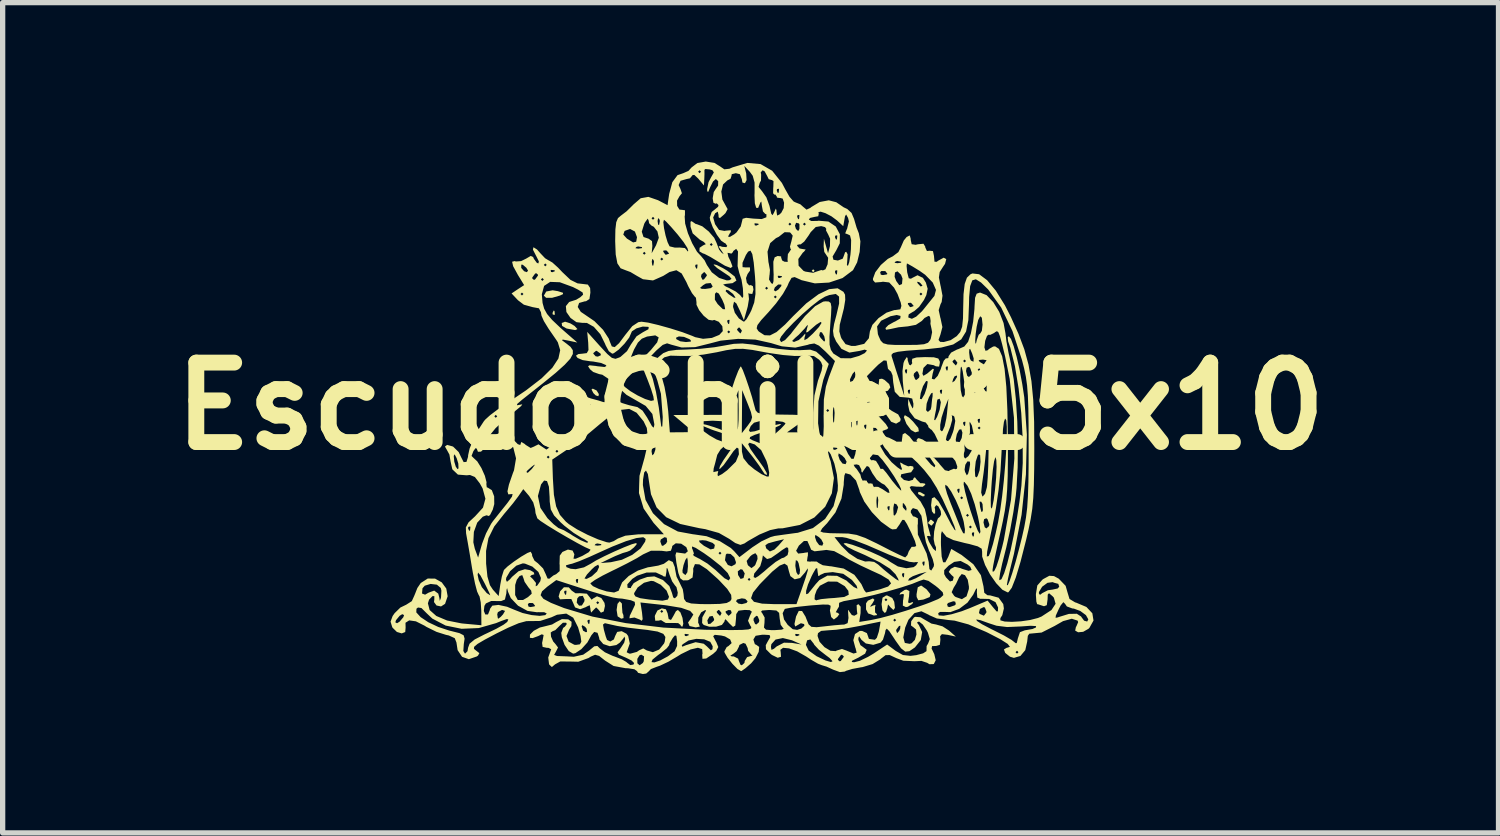
<source format=kicad_pcb>
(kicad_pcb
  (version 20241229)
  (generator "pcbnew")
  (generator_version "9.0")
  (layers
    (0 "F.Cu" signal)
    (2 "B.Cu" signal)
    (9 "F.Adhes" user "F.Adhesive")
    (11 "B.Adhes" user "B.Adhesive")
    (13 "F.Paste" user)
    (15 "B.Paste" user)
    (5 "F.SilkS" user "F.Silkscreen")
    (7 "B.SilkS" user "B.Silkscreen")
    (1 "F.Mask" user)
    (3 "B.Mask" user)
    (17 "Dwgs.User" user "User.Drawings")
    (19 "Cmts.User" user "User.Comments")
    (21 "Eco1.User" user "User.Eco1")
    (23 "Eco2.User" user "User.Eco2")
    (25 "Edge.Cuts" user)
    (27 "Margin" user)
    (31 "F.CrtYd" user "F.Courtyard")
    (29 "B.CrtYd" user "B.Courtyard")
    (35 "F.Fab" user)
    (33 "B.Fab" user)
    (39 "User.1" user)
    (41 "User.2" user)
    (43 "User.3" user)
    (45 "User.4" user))
  (footprint "EscudoChile_15x10"
    (layer "F.Cu")
    (at 11.121 4.618)
    (property "Reference" "EscudoChile_15x10" (at 0 0 0) (layer "F.SilkS") (effects (font (size 1.5 1.5) (thickness 0.3))))
    (attr board_only exclude_from_pos_files exclude_from_bom)
    (fp_poly (pts (xy 1.21 -2.556) (xy 1.182 -2.529) (xy 1.155 -2.556) (xy 1.182 -2.584)) (stroke (width 0) (type solid)) (fill yes) (layer "F.SilkS"))
    (fp_poly (pts (xy 4.178 0.632) (xy 4.151 0.66) (xy 4.123 0.632) (xy 4.151 0.605)) (stroke (width 0) (type solid)) (fill yes) (layer "F.SilkS"))
    (fp_poly (pts (xy -3.702 -1.796) (xy -3.695 -1.731) (xy -3.702 -1.723) (xy -3.735 -1.73) (xy -3.739 -1.759) (xy -3.718 -1.805)) (stroke (width 0) (type solid)) (fill yes) (layer "F.SilkS"))
    (fp_poly (pts (xy -2.907 -0.296) (xy -2.864 -0.227) (xy -2.873 -0.187) (xy -2.923 -0.202) (xy -2.968 -0.246) (xy -3.003 -0.315) (xy -2.979 -0.33)) (stroke (width 0) (type solid)) (fill yes) (layer "F.SilkS"))
    (fp_poly (pts (xy 3.213 1.628) (xy 3.291 1.673) (xy 3.278 1.701) (xy 3.247 1.704) (xy 3.172 1.664) (xy 3.162 1.65) (xy 3.17 1.619)) (stroke (width 0) (type solid)) (fill yes) (layer "F.SilkS"))
    (fp_poly (pts (xy 3.462 2.186) (xy 3.464 2.199) (xy 3.422 2.253) (xy 3.409 2.254) (xy 3.355 2.212) (xy 3.354 2.199) (xy 3.396 2.146) (xy 3.409 2.144)) (stroke (width 0) (type solid)) (fill yes) (layer "F.SilkS"))
    (fp_poly (pts (xy -3.639 -2.171) (xy -3.541 -2.14) (xy -3.542 -2.114) (xy -3.601 -2.087) (xy -3.748 -2.045) (xy -3.86 -2.045) (xy -3.903 -2.086) (xy -3.858 -2.164) (xy -3.737 -2.187)) (stroke (width 0) (type solid)) (fill yes) (layer "F.SilkS"))
    (fp_poly (pts (xy -3.404 -1.563) (xy -3.323 -1.514) (xy -3.268 -1.454) (xy -3.311 -1.436) (xy -3.451 -1.461) (xy -3.477 -1.467) (xy -3.558 -1.514) (xy -3.566 -1.57) (xy -3.502 -1.594)) (stroke (width 0) (type solid)) (fill yes) (layer "F.SilkS"))
    (fp_poly (pts (xy 2.529 -0.495) (xy 2.617 -0.416) (xy 2.639 -0.355) (xy 2.593 -0.29) (xy 2.529 -0.275) (xy 2.443 -0.307) (xy 2.419 -0.414) (xy 2.43 -0.511) (xy 2.481 -0.518)) (stroke (width 0) (type solid)) (fill yes) (layer "F.SilkS"))
    (fp_poly (pts (xy 2.992 0.217) (xy 3.069 0.292) (xy 3.167 0.412) (xy 3.178 0.476) (xy 3.108 0.495) (xy 3.029 0.45) (xy 2.948 0.342) (xy 2.941 0.33) (xy 2.894 0.209) (xy 2.913 0.17)) (stroke (width 0) (type solid)) (fill yes) (layer "F.SilkS"))
    (fp_poly (pts (xy 3.253 0.632) (xy 3.341 0.693) (xy 3.403 0.757) (xy 3.409 0.786) (xy 3.342 0.789) (xy 3.257 0.765) (xy 3.169 0.709) (xy 3.131 0.645) (xy 3.16 0.607) (xy 3.178 0.605)) (stroke (width 0) (type solid)) (fill yes) (layer "F.SilkS"))
    (fp_poly (pts (xy -2.429 3.728) (xy -2.428 3.78) (xy -2.419 3.901) (xy -2.401 3.945) (xy -2.398 4.003) (xy -2.443 4.013) (xy -2.51 3.969) (xy -2.529 3.848) (xy -2.512 3.733) (xy -2.471 3.684) (xy -2.471 3.684)) (stroke (width 0) (type solid)) (fill yes) (layer "F.SilkS"))
    (fp_poly (pts (xy 3.321 3.458) (xy 3.328 3.465) (xy 3.397 3.554) (xy 3.383 3.604) (xy 3.274 3.648) (xy 3.257 3.653) (xy 3.166 3.665) (xy 3.136 3.603) (xy 3.134 3.553) (xy 3.157 3.42) (xy 3.221 3.387)) (stroke (width 0) (type solid)) (fill yes) (layer "F.SilkS"))
    (fp_poly (pts (xy -0.839 0.351) (xy -0.684 0.398) (xy -0.577 0.437) (xy -0.431 0.5) (xy -0.379 0.534) (xy -0.411 0.539) (xy -0.517 0.515) (xy -0.684 0.461) (xy -0.742 0.44) (xy -0.878 0.384) (xy -0.944 0.346) (xy -0.935 0.334)) (stroke (width 0) (type solid)) (fill yes) (layer "F.SilkS"))
    (fp_poly (pts (xy 2.339 3.657) (xy 2.302 3.722) (xy 2.255 3.786) (xy 2.282 3.781) (xy 2.305 3.768) (xy 2.359 3.752) (xy 2.349 3.808) (xy 2.352 3.896) (xy 2.381 3.923) (xy 2.389 3.945) (xy 2.329 3.954) (xy 2.219 3.913) (xy 2.18 3.837) (xy 2.181 3.723) (xy 2.215 3.673) (xy 2.311 3.63)) (stroke (width 0) (type solid)) (fill yes) (layer "F.SilkS"))
    (fp_poly (pts (xy 2.999 3.493) (xy 2.992 3.596) (xy 2.989 3.609) (xy 2.974 3.708) (xy 3.007 3.72) (xy 3.024 3.711) (xy 3.07 3.697) (xy 3.057 3.73) (xy 2.972 3.787) (xy 2.932 3.794) (xy 2.875 3.766) (xy 2.879 3.668) (xy 2.883 3.651) (xy 2.896 3.554) (xy 2.86 3.546) (xy 2.853 3.55) (xy 2.813 3.559) (xy 2.826 3.527) (xy 2.911 3.469) (xy 2.946 3.464)) (stroke (width 0) (type solid)) (fill yes) (layer "F.SilkS"))
    (fp_poly (pts (xy 2.675 3.622) (xy 2.713 3.695) (xy 2.726 3.81) (xy 2.697 3.849) (xy 2.64 3.796) (xy 2.637 3.792) (xy 2.596 3.744) (xy 2.585 3.799) (xy 2.585 3.807) (xy 2.558 3.889) (xy 2.529 3.903) (xy 2.49 3.856) (xy 2.474 3.741) (xy 2.474 3.739) (xy 2.486 3.656) (xy 2.529 3.656) (xy 2.556 3.684) (xy 2.584 3.656) (xy 2.556 3.629) (xy 2.529 3.656) (xy 2.486 3.656) (xy 2.492 3.617) (xy 2.558 3.575) (xy 2.578 3.574)) (stroke (width 0) (type solid)) (fill yes) (layer "F.SilkS"))
    (fp_poly (pts (xy -1.598 3.836) (xy -1.566 3.913) (xy -1.546 4.02) (xy -1.502 4.037) (xy -1.458 3.963) (xy -1.409 3.872) (xy -1.372 3.848) (xy -1.324 3.895) (xy -1.285 3.998) (xy -1.27 4.107) (xy -1.285 4.163) (xy -1.317 4.155) (xy -1.319 4.135) (xy -1.367 4.096) (xy -1.484 4.094) (xy -1.6 4.095) (xy -1.649 4.067) (xy -1.649 4.066) (xy -1.69 4.04) (xy -1.737 4.05) (xy -1.799 4.052) (xy -1.808 3.972) (xy -1.805 3.952) (xy -1.767 3.876) (xy -1.704 3.876) (xy -1.677 3.903) (xy -1.649 3.876) (xy -1.677 3.848) (xy -1.704 3.876) (xy -1.767 3.876) (xy -1.758 3.859) (xy -1.675 3.818)) (stroke (width 0) (type solid)) (fill yes) (layer "F.SilkS"))
    (fp_poly (pts (xy -3.433 3.421) (xy -3.377 3.483) (xy -3.304 3.534) (xy -3.214 3.532) (xy -3.091 3.541) (xy -3.044 3.599) (xy -3.001 3.655) (xy -2.971 3.631) (xy -2.899 3.59) (xy -2.816 3.625) (xy -2.758 3.715) (xy -2.749 3.772) (xy -2.772 3.877) (xy -2.825 3.9) (xy -2.878 3.835) (xy -2.915 3.8) (xy -2.964 3.848) (xy -3.01 3.898) (xy -3.023 3.846) (xy -3.023 3.828) (xy -3.037 3.759) (xy -3.095 3.785) (xy -3.106 3.793) (xy -3.216 3.835) (xy -3.314 3.8) (xy -3.352 3.71) (xy -3.282 3.71) (xy -3.238 3.767) (xy -3.185 3.764) (xy -3.153 3.711) (xy -2.914 3.711) (xy -2.886 3.739) (xy -2.859 3.711) (xy -2.886 3.684) (xy -2.914 3.711) (xy -3.153 3.711) (xy -3.138 3.687) (xy -3.134 3.653) (xy -3.167 3.582) (xy -3.237 3.591) (xy -3.271 3.629) (xy -3.282 3.71) (xy -3.352 3.71) (xy -3.354 3.706) (xy -3.384 3.642) (xy -3.487 3.641) (xy -3.491 3.642) (xy -3.599 3.648) (xy -3.624 3.594) (xy -3.602 3.519) (xy -3.519 3.519) (xy -3.498 3.564) (xy -3.482 3.555) (xy -3.475 3.49) (xy -3.482 3.482) (xy -3.515 3.49) (xy -3.519 3.519) (xy -3.602 3.519) (xy -3.595 3.496) (xy -3.524 3.42)) (stroke (width 0) (type solid)) (fill yes) (layer "F.SilkS"))
    (fp_poly (pts (xy -0.681 -4.592) (xy -0.578 -4.528) (xy -0.495 -4.471) (xy -0.399 -4.482) (xy -0.34 -4.508) (xy -0.061 -4.592) (xy 0.189 -4.57) (xy 0.408 -4.444) (xy 0.592 -4.214) (xy 0.654 -4.096) (xy 0.735 -3.953) (xy 0.813 -3.864) (xy 0.846 -3.848) (xy 0.941 -3.81) (xy 0.991 -3.765) (xy 1.057 -3.71) (xy 1.127 -3.742) (xy 1.149 -3.76) (xy 1.306 -3.854) (xy 1.477 -3.886) (xy 1.62 -3.849) (xy 1.638 -3.836) (xy 1.758 -3.754) (xy 1.826 -3.722) (xy 1.907 -3.647) (xy 1.954 -3.535) (xy 2.001 -3.374) (xy 2.044 -3.264) (xy 2.074 -3.111) (xy 2.06 -2.912) (xy 2.012 -2.714) (xy 1.935 -2.568) (xy 1.932 -2.565) (xy 1.736 -2.418) (xy 1.483 -2.333) (xy 1.213 -2.318) (xy 0.963 -2.378) (xy 0.931 -2.393) (xy 0.832 -2.437) (xy 0.774 -2.422) (xy 0.722 -2.33) (xy 0.695 -2.266) (xy 0.612 -2.12) (xy 0.48 -1.938) (xy 0.34 -1.775) (xy 0.201 -1.624) (xy 0.13 -1.53) (xy 0.115 -1.469) (xy 0.146 -1.419) (xy 0.163 -1.404) (xy 0.263 -1.339) (xy 0.367 -1.335) (xy 0.491 -1.399) (xy 0.651 -1.54) (xy 0.803 -1.698) (xy 1.053 -1.941) (xy 1.283 -2.112) (xy 1.483 -2.208) (xy 1.644 -2.225) (xy 1.754 -2.158) (xy 1.784 -2.104) (xy 1.788 -2.006) (xy 1.762 -1.845) (xy 1.731 -1.722) (xy 1.684 -1.536) (xy 1.676 -1.411) (xy 1.705 -1.306) (xy 1.718 -1.276) (xy 1.794 -1.17) (xy 1.905 -1.136) (xy 1.975 -1.136) (xy 2.146 -1.176) (xy 2.234 -1.282) (xy 2.253 -1.411) (xy 2.289 -1.505) (xy 2.389 -1.505) (xy 2.404 -1.36) (xy 2.419 -1.32) (xy 2.457 -1.237) (xy 2.505 -1.188) (xy 2.589 -1.164) (xy 2.735 -1.155) (xy 2.922 -1.155) (xy 3.142 -1.157) (xy 3.276 -1.169) (xy 3.351 -1.197) (xy 3.391 -1.247) (xy 3.404 -1.278) (xy 3.428 -1.396) (xy 3.417 -1.457) (xy 3.396 -1.555) (xy 3.4 -1.608) (xy 3.388 -1.689) (xy 3.36 -1.704) (xy 3.286 -1.665) (xy 3.233 -1.608) (xy 3.122 -1.535) (xy 2.969 -1.506) (xy 2.794 -1.489) (xy 2.644 -1.456) (xy 2.644 -1.456) (xy 2.558 -1.442) (xy 2.547 -1.473) (xy 2.601 -1.529) (xy 2.706 -1.588) (xy 2.73 -1.598) (xy 2.827 -1.655) (xy 2.832 -1.703) (xy 2.76 -1.721) (xy 2.641 -1.697) (xy 2.465 -1.612) (xy 2.389 -1.505) (xy 2.289 -1.505) (xy 2.3 -1.534) (xy 2.417 -1.662) (xy 2.567 -1.765) (xy 2.715 -1.814) (xy 2.732 -1.814) (xy 2.829 -1.828) (xy 2.848 -1.892) (xy 2.841 -1.927) (xy 2.969 -1.927) (xy 3.009 -1.872) (xy 3.024 -1.869) (xy 3.077 -1.888) (xy 3.079 -1.894) (xy 3.04 -1.94) (xy 3.024 -1.952) (xy 2.973 -1.947) (xy 2.969 -1.927) (xy 2.841 -1.927) (xy 2.835 -1.957) (xy 2.776 -2.115) (xy 2.775 -2.117) (xy 3.189 -2.117) (xy 3.216 -2.089) (xy 3.244 -2.117) (xy 3.216 -2.144) (xy 3.189 -2.117) (xy 2.775 -2.117) (xy 2.709 -2.237) (xy 2.618 -2.335) (xy 2.5 -2.349) (xy 2.464 -2.343) (xy 2.351 -2.334) (xy 2.312 -2.379) (xy 2.311 -2.407) (xy 2.324 -2.442) (xy 2.72 -2.442) (xy 2.75 -2.363) (xy 2.808 -2.283) (xy 2.855 -2.303) (xy 2.86 -2.31) (xy 2.863 -2.348) (xy 3.143 -2.348) (xy 3.156 -2.318) (xy 3.211 -2.259) (xy 3.243 -2.271) (xy 3.244 -2.278) (xy 3.205 -2.325) (xy 3.18 -2.342) (xy 3.143 -2.348) (xy 2.863 -2.348) (xy 2.869 -2.41) (xy 2.841 -2.481) (xy 2.774 -2.545) (xy 2.727 -2.524) (xy 2.72 -2.442) (xy 2.324 -2.442) (xy 2.355 -2.527) (xy 2.357 -2.53) (xy 2.447 -2.53) (xy 2.459 -2.482) (xy 2.498 -2.474) (xy 2.574 -2.487) (xy 2.584 -2.498) (xy 2.544 -2.55) (xy 2.471 -2.551) (xy 2.447 -2.53) (xy 2.357 -2.53) (xy 2.446 -2.647) (xy 2.946 -2.647) (xy 2.957 -2.532) (xy 2.958 -2.525) (xy 2.987 -2.414) (xy 3.03 -2.405) (xy 3.042 -2.415) (xy 3.152 -2.471) (xy 3.254 -2.422) (xy 3.31 -2.333) (xy 3.344 -2.216) (xy 3.319 -2.097) (xy 3.274 -2.004) (xy 3.182 -1.873) (xy 3.087 -1.791) (xy 3.071 -1.784) (xy 2.986 -1.732) (xy 2.977 -1.675) (xy 3.046 -1.649) (xy 3.127 -1.689) (xy 3.234 -1.789) (xy 3.267 -1.828) (xy 3.373 -1.96) (xy 3.457 -2.064) (xy 3.471 -2.08) (xy 3.501 -2.194) (xy 3.44 -2.333) (xy 3.297 -2.48) (xy 3.192 -2.554) (xy 3.059 -2.636) (xy 2.97 -2.686) (xy 2.952 -2.694) (xy 2.946 -2.647) (xy 2.446 -2.647) (xy 2.46 -2.665) (xy 2.508 -2.707) (xy 2.718 -2.707) (xy 2.772 -2.698) (xy 2.843 -2.708) (xy 2.844 -2.727) (xy 2.77 -2.74) (xy 2.739 -2.731) (xy 2.718 -2.707) (xy 2.508 -2.707) (xy 2.592 -2.78) (xy 2.686 -2.829) (xy 2.791 -2.908) (xy 2.837 -2.998) (xy 2.893 -3.127) (xy 2.947 -3.193) (xy 3.006 -3.223) (xy 3.024 -3.159) (xy 3.024 -3.139) (xy 3.042 -3.057) (xy 3.116 -3.046) (xy 3.161 -3.056) (xy 3.265 -3.066) (xy 3.298 -3.012) (xy 3.299 -2.996) (xy 3.33 -2.929) (xy 3.381 -2.934) (xy 3.444 -2.927) (xy 3.464 -2.831) (xy 3.464 -2.823) (xy 3.473 -2.727) (xy 3.514 -2.725) (xy 3.544 -2.747) (xy 3.647 -2.803) (xy 3.695 -2.776) (xy 3.672 -2.686) (xy 3.637 -2.635) (xy 3.571 -2.532) (xy 3.556 -2.43) (xy 3.586 -2.278) (xy 3.59 -2.263) (xy 3.624 -2.085) (xy 3.608 -1.965) (xy 3.588 -1.927) (xy 3.552 -1.813) (xy 3.584 -1.665) (xy 3.587 -1.658) (xy 3.622 -1.493) (xy 3.585 -1.351) (xy 3.549 -1.25) (xy 3.579 -1.214) (xy 3.647 -1.21) (xy 3.779 -1.246) (xy 3.893 -1.322) (xy 3.958 -1.399) (xy 3.995 -1.499) (xy 4.011 -1.654) (xy 4.014 -1.83) (xy 4.021 -2.113) (xy 4.043 -2.306) (xy 4.085 -2.425) (xy 4.153 -2.49) (xy 4.19 -2.505) (xy 4.316 -2.49) (xy 4.466 -2.378) (xy 4.631 -2.179) (xy 4.803 -1.903) (xy 4.918 -1.677) (xy 5.06 -1.362) (xy 5.169 -1.072) (xy 5.248 -0.783) (xy 5.303 -0.473) (xy 5.337 -0.12) (xy 5.354 0.297) (xy 5.357 0.797) (xy 5.355 1.187) (xy 5.349 1.492) (xy 5.338 1.734) (xy 5.319 1.939) (xy 5.289 2.13) (xy 5.248 2.332) (xy 5.203 2.524) (xy 5.098 2.935) (xy 5.008 3.236) (xy 4.932 3.429) (xy 4.87 3.513) (xy 4.855 3.517) (xy 4.755 3.467) (xy 4.638 3.344) (xy 4.522 3.178) (xy 4.428 3) (xy 4.373 2.841) (xy 4.373 2.839) (xy 4.46 2.839) (xy 4.496 2.831) (xy 4.496 2.831) (xy 4.53 2.757) (xy 4.578 2.6) (xy 4.631 2.385) (xy 4.672 2.199) (xy 4.713 1.97) (xy 4.75 1.7) (xy 4.782 1.407) (xy 4.808 1.11) (xy 4.827 0.829) (xy 4.838 0.582) (xy 4.838 0.388) (xy 4.828 0.266) (xy 4.806 0.234) (xy 4.784 0.298) (xy 4.764 0.449) (xy 4.748 0.663) (xy 4.738 0.888) (xy 4.719 1.221) (xy 4.682 1.586) (xy 4.633 1.926) (xy 4.608 2.062) (xy 4.557 2.31) (xy 4.511 2.53) (xy 4.478 2.692) (xy 4.467 2.749) (xy 4.46 2.839) (xy 4.373 2.839) (xy 4.372 2.745) (xy 4.364 2.692) (xy 4.29 2.648) (xy 4.132 2.604) (xy 4.046 2.585) (xy 3.829 2.529) (xy 3.7 2.468) (xy 3.66 2.419) (xy 4.178 2.419) (xy 4.198 2.464) (xy 4.215 2.456) (xy 4.222 2.39) (xy 4.215 2.382) (xy 4.182 2.39) (xy 4.178 2.419) (xy 3.66 2.419) (xy 3.641 2.396) (xy 3.613 2.36) (xy 3.598 2.412) (xy 3.594 2.563) (xy 3.595 2.625) (xy 3.608 2.84) (xy 3.635 2.948) (xy 3.678 2.949) (xy 3.734 2.843) (xy 3.738 2.832) (xy 3.79 2.696) (xy 3.984 2.81) (xy 4.206 2.985) (xy 4.349 3.192) (xy 4.398 3.403) (xy 4.413 3.524) (xy 4.472 3.57) (xy 4.525 3.574) (xy 4.684 3.617) (xy 4.771 3.737) (xy 4.783 3.821) (xy 4.753 3.947) (xy 4.717 4.002) (xy 4.716 4.044) (xy 4.798 4.067) (xy 4.936 4.073) (xy 5.105 4.063) (xy 5.278 4.038) (xy 5.43 3.999) (xy 5.433 3.997) (xy 5.759 3.997) (xy 5.805 3.988) (xy 5.819 3.982) (xy 6.01 3.923) (xy 6.16 3.92) (xy 6.242 3.973) (xy 6.245 3.98) (xy 6.298 4.051) (xy 6.356 4.067) (xy 6.377 4.026) (xy 6.332 3.946) (xy 6.226 3.868) (xy 6.105 3.823) (xy 6.075 3.82) (xy 5.972 3.782) (xy 5.938 3.733) (xy 5.906 3.701) (xy 5.855 3.763) (xy 5.819 3.833) (xy 5.764 3.953) (xy 5.759 3.997) (xy 5.433 3.997) (xy 5.494 3.972) (xy 5.681 3.85) (xy 5.759 3.732) (xy 5.727 3.617) (xy 5.703 3.59) (xy 5.635 3.532) (xy 5.611 3.558) (xy 5.608 3.65) (xy 5.593 3.758) (xy 5.541 3.778) (xy 5.521 3.772) (xy 5.433 3.743) (xy 5.411 3.739) (xy 5.396 3.69) (xy 5.388 3.571) (xy 5.388 3.547) (xy 5.39 3.534) (xy 5.443 3.534) (xy 5.464 3.564) (xy 5.509 3.53) (xy 5.614 3.476) (xy 5.701 3.464) (xy 5.799 3.443) (xy 5.828 3.409) (xy 5.81 3.355) (xy 5.805 3.354) (xy 5.74 3.337) (xy 5.702 3.323) (xy 5.606 3.336) (xy 5.505 3.41) (xy 5.446 3.508) (xy 5.443 3.534) (xy 5.39 3.534) (xy 5.414 3.386) (xy 5.51 3.277) (xy 5.53 3.263) (xy 5.641 3.203) (xy 5.729 3.209) (xy 5.819 3.258) (xy 5.949 3.393) (xy 5.982 3.509) (xy 6.022 3.641) (xy 6.128 3.705) (xy 6.147 3.71) (xy 6.341 3.792) (xy 6.453 3.911) (xy 6.475 4.048) (xy 6.398 4.186) (xy 6.38 4.204) (xy 6.28 4.261) (xy 6.185 4.27) (xy 6.129 4.238) (xy 6.143 4.17) (xy 6.151 4.159) (xy 6.185 4.079) (xy 6.175 4.05) (xy 6.066 4.014) (xy 5.901 4.059) (xy 5.74 4.151) (xy 5.495 4.275) (xy 5.273 4.296) (xy 5.264 4.295) (xy 5.235 4.337) (xy 5.223 4.445) (xy 5.187 4.607) (xy 5.095 4.717) (xy 4.972 4.753) (xy 4.898 4.731) (xy 4.809 4.66) (xy 4.803 4.646) (xy 5.003 4.646) (xy 5.031 4.673) (xy 5.058 4.646) (xy 5.031 4.618) (xy 5.003 4.646) (xy 4.803 4.646) (xy 4.784 4.594) (xy 4.835 4.563) (xy 4.838 4.563) (xy 4.897 4.545) (xy 4.856 4.49) (xy 4.716 4.401) (xy 4.48 4.279) (xy 4.44 4.26) (xy 4.114 4.121) (xy 3.853 4.05) (xy 3.724 4.037) (xy 3.655 4.027) (xy 4.262 4.027) (xy 4.274 4.055) (xy 4.37 4.118) (xy 4.545 4.21) (xy 4.6 4.237) (xy 4.784 4.33) (xy 4.926 4.413) (xy 4.999 4.47) (xy 5.002 4.475) (xy 5.026 4.474) (xy 5.047 4.386) (xy 5.047 4.385) (xy 5.086 4.268) (xy 5.178 4.233) (xy 5.185 4.232) (xy 5.323 4.208) (xy 5.388 4.179) (xy 5.391 4.153) (xy 5.286 4.147) (xy 5.103 4.16) (xy 4.844 4.171) (xy 4.644 4.146) (xy 4.505 4.101) (xy 4.338 4.041) (xy 4.262 4.027) (xy 3.655 4.027) (xy 3.516 4.009) (xy 3.372 3.946) (xy 3.361 3.938) (xy 3.301 3.909) (xy 3.543 3.909) (xy 3.552 3.951) (xy 3.643 3.958) (xy 3.795 3.93) (xy 3.895 3.9) (xy 4.313 3.9) (xy 4.326 3.923) (xy 4.406 3.957) (xy 4.452 3.898) (xy 4.453 3.876) (xy 4.425 3.803) (xy 4.402 3.794) (xy 4.33 3.83) (xy 4.313 3.9) (xy 3.895 3.9) (xy 3.986 3.873) (xy 4.137 3.815) (xy 4.476 3.672) (xy 4.575 3.794) (xy 4.645 3.876) (xy 4.67 3.874) (xy 4.673 3.801) (xy 4.625 3.701) (xy 4.506 3.641) (xy 4.35 3.637) (xy 4.34 3.639) (xy 4.281 3.615) (xy 4.273 3.519) (xy 4.276 3.44) (xy 4.257 3.451) (xy 4.205 3.557) (xy 4.205 3.558) (xy 4.096 3.71) (xy 3.939 3.828) (xy 3.773 3.889) (xy 3.677 3.886) (xy 3.578 3.886) (xy 3.543 3.909) (xy 3.301 3.909) (xy 3.226 3.873) (xy 3.095 3.908) (xy 2.981 4.034) (xy 2.92 4.18) (xy 2.884 4.367) (xy 2.913 4.471) (xy 3.004 4.488) (xy 3.042 4.477) (xy 3.102 4.414) (xy 3.132 4.312) (xy 3.125 4.218) (xy 3.079 4.178) (xy 3.029 4.141) (xy 3.033 4.062) (xy 3.085 3.99) (xy 3.108 3.978) (xy 3.211 3.986) (xy 3.291 4.034) (xy 3.416 4.106) (xy 3.503 4.123) (xy 3.625 4.158) (xy 3.746 4.237) (xy 3.876 4.351) (xy 3.721 4.318) (xy 3.612 4.305) (xy 3.579 4.345) (xy 3.584 4.41) (xy 3.574 4.507) (xy 3.505 4.528) (xy 3.427 4.531) (xy 3.418 4.577) (xy 3.469 4.683) (xy 3.496 4.798) (xy 3.459 4.87) (xy 3.377 4.873) (xy 3.336 4.847) (xy 3.226 4.81) (xy 3.094 4.816) (xy 2.883 4.807) (xy 2.751 4.757) (xy 2.628 4.7) (xy 2.549 4.702) (xy 2.465 4.766) (xy 2.446 4.783) (xy 2.304 4.87) (xy 2.116 4.927) (xy 2.081 4.932) (xy 1.92 4.962) (xy 1.802 4.998) (xy 1.78 5.011) (xy 1.687 5.022) (xy 1.561 4.976) (xy 1.434 4.918) (xy 1.348 4.892) (xy 1.347 4.892) (xy 1.273 4.863) (xy 1.145 4.789) (xy 1.05 4.727) (xy 0.88 4.63) (xy 0.727 4.574) (xy 0.614 4.563) (xy 0.563 4.601) (xy 0.569 4.644) (xy 0.575 4.732) (xy 0.513 4.751) (xy 0.404 4.698) (xy 0.377 4.676) (xy 0.291 4.59) (xy 0.289 4.546) (xy 0.385 4.546) (xy 0.395 4.602) (xy 0.441 4.582) (xy 0.493 4.537) (xy 0.552 4.507) (xy 1.045 4.507) (xy 1.097 4.615) (xy 1.247 4.722) (xy 1.251 4.724) (xy 1.415 4.802) (xy 1.518 4.832) (xy 1.519 4.831) (xy 1.911 4.831) (xy 1.956 4.836) (xy 2.065 4.808) (xy 2.22 4.733) (xy 2.325 4.67) (xy 2.579 4.501) (xy 2.74 4.621) (xy 2.876 4.699) (xy 3.019 4.715) (xy 3.128 4.702) (xy 3.259 4.667) (xy 3.322 4.626) (xy 3.322 4.611) (xy 3.324 4.53) (xy 3.352 4.482) (xy 3.384 4.399) (xy 3.349 4.279) (xy 3.328 4.237) (xy 3.252 4.124) (xy 3.183 4.069) (xy 3.176 4.068) (xy 3.141 4.086) (xy 3.178 4.134) (xy 3.24 4.265) (xy 3.214 4.417) (xy 3.104 4.555) (xy 3.1 4.558) (xy 2.999 4.627) (xy 2.921 4.635) (xy 2.842 4.573) (xy 2.738 4.428) (xy 2.707 4.38) (xy 2.619 4.248) (xy 2.607 4.237) (xy 2.749 4.237) (xy 2.767 4.287) (xy 2.807 4.243) (xy 2.825 4.203) (xy 2.829 4.146) (xy 2.803 4.151) (xy 2.751 4.222) (xy 2.749 4.237) (xy 2.607 4.237) (xy 2.572 4.201) (xy 2.549 4.229) (xy 2.538 4.288) (xy 2.5 4.409) (xy 2.455 4.466) (xy 2.317 4.507) (xy 2.176 4.481) (xy 2.094 4.412) (xy 2.05 4.346) (xy 2.037 4.376) (xy 2.036 4.414) (xy 2.075 4.513) (xy 2.117 4.543) (xy 2.193 4.601) (xy 2.163 4.673) (xy 2.028 4.753) (xy 2.02 4.756) (xy 1.917 4.807) (xy 1.911 4.831) (xy 1.519 4.831) (xy 1.548 4.816) (xy 1.524 4.79) (xy 1.649 4.79) (xy 1.683 4.819) (xy 1.704 4.811) (xy 1.757 4.738) (xy 1.759 4.722) (xy 1.725 4.692) (xy 1.704 4.701) (xy 1.651 4.773) (xy 1.649 4.79) (xy 1.524 4.79) (xy 1.493 4.756) (xy 1.422 4.703) (xy 1.291 4.601) (xy 1.204 4.507) (xy 1.191 4.483) (xy 1.129 4.405) (xy 1.068 4.422) (xy 1.045 4.507) (xy 0.552 4.507) (xy 0.631 4.466) (xy 0.782 4.47) (xy 0.962 4.501) (xy 0.782 4.421) (xy 0.61 4.379) (xy 0.472 4.407) (xy 0.393 4.494) (xy 0.385 4.546) (xy 0.289 4.546) (xy 0.287 4.514) (xy 0.316 4.458) (xy 0.372 4.36) (xy 0.359 4.322) (xy 0.261 4.316) (xy 0.22 4.316) (xy 0.096 4.336) (xy 0.055 4.403) (xy 0.055 4.412) (xy 0.081 4.494) (xy 0.11 4.508) (xy 0.163 4.546) (xy 0.154 4.639) (xy 0.092 4.76) (xy 0.011 4.855) (xy -0.097 4.95) (xy -0.17 5) (xy -0.179 5.003) (xy -0.247 4.963) (xy -0.341 4.867) (xy -0.433 4.752) (xy -0.456 4.713) (xy -0.383 4.713) (xy -0.354 4.725) (xy -0.316 4.726) (xy -0.235 4.767) (xy -0.22 4.811) (xy -0.19 4.884) (xy -0.165 4.893) (xy -0.116 4.849) (xy -0.11 4.811) (xy -0.065 4.739) (xy -0.014 4.724) (xy 0.038 4.71) (xy 0.014 4.692) (xy -0.046 4.62) (xy -0.055 4.568) (xy -0.094 4.486) (xy -0.137 4.472) (xy -0.21 4.509) (xy -0.22 4.542) (xy -0.262 4.625) (xy -0.316 4.669) (xy -0.383 4.713) (xy -0.456 4.713) (xy -0.489 4.656) (xy -0.495 4.631) (xy -0.451 4.55) (xy -0.416 4.529) (xy -0.357 4.474) (xy -0.385 4.405) (xy -0.483 4.348) (xy -0.553 4.331) (xy -0.676 4.318) (xy -0.706 4.344) (xy -0.661 4.433) (xy -0.646 4.458) (xy -0.609 4.548) (xy -0.647 4.623) (xy -0.707 4.677) (xy -0.837 4.765) (xy -0.908 4.771) (xy -0.913 4.694) (xy -0.907 4.673) (xy -0.913 4.588) (xy -0.994 4.562) (xy -1.132 4.594) (xy -1.312 4.682) (xy -1.379 4.724) (xy -1.55 4.825) (xy -1.711 4.901) (xy -1.773 4.922) (xy -1.882 4.965) (xy -1.924 5.009) (xy -1.97 5.049) (xy -2.034 5.058) (xy -2.124 5.035) (xy -2.144 5.003) (xy -2.193 4.968) (xy -2.314 4.949) (xy -2.36 4.948) (xy -2.586 4.906) (xy -2.746 4.805) (xy -2.859 4.716) (xy -2.935 4.694) (xy -3.018 4.73) (xy -3.06 4.756) (xy -3.252 4.826) (xy -3.414 4.822) (xy -3.593 4.821) (xy -3.691 4.875) (xy -3.751 4.926) (xy -3.798 4.883) (xy -3.805 4.87) (xy -3.82 4.746) (xy -3.794 4.674) (xy -3.764 4.59) (xy -3.814 4.564) (xy -3.848 4.563) (xy -3.926 4.546) (xy -3.936 4.471) (xy -3.925 4.42) (xy -3.907 4.321) (xy -3.942 4.308) (xy -4.011 4.342) (xy -4.115 4.38) (xy -4.166 4.374) (xy -4.165 4.314) (xy -4.126 4.274) (xy -3.773 4.274) (xy -3.767 4.353) (xy -3.726 4.444) (xy -3.686 4.489) (xy -3.635 4.557) (xy -3.674 4.634) (xy -3.709 4.697) (xy -3.654 4.718) (xy -3.617 4.719) (xy -3.462 4.725) (xy -3.337 4.732) (xy -3.16 4.693) (xy -3.048 4.615) (xy -2.951 4.535) (xy -2.892 4.528) (xy -2.845 4.575) (xy -2.749 4.648) (xy -2.601 4.716) (xy -2.571 4.726) (xy -2.431 4.78) (xy -2.343 4.832) (xy -2.334 4.842) (xy -2.271 4.889) (xy -2.21 4.879) (xy -2.199 4.85) (xy -2.245 4.804) (xy -2.308 4.772) (xy -2.138 4.772) (xy -2.137 4.855) (xy -2.095 4.893) (xy -2.034 4.85) (xy -2.025 4.833) (xy -1.87 4.833) (xy -1.816 4.839) (xy -1.704 4.801) (xy -1.559 4.723) (xy -1.434 4.628) (xy -1.387 4.527) (xy -1.387 4.519) (xy -1.299 4.519) (xy -1.288 4.542) (xy -1.22 4.514) (xy -1.038 4.457) (xy -0.884 4.486) (xy -0.825 4.536) (xy -0.75 4.61) (xy -0.719 4.589) (xy -0.715 4.534) (xy -0.761 4.45) (xy -0.875 4.403) (xy -1.024 4.394) (xy -1.171 4.425) (xy -1.281 4.496) (xy -1.299 4.519) (xy -1.387 4.519) (xy -1.386 4.445) (xy -1.4 4.338) (xy -1.427 4.328) (xy -1.469 4.378) (xy -1.526 4.473) (xy -1.539 4.517) (xy -1.581 4.571) (xy -1.686 4.657) (xy -1.745 4.699) (xy -1.851 4.785) (xy -1.87 4.833) (xy -2.025 4.833) (xy -2.016 4.816) (xy -2.011 4.724) (xy -2.063 4.692) (xy -2.097 4.705) (xy -2.138 4.772) (xy -2.308 4.772) (xy -2.357 4.748) (xy -2.374 4.741) (xy -2.487 4.692) (xy -2.511 4.648) (xy -2.46 4.578) (xy -2.456 4.574) (xy -2.386 4.466) (xy -2.368 4.394) (xy -2.381 4.35) (xy -2.401 4.385) (xy -2.469 4.466) (xy -2.534 4.511) (xy -2.659 4.533) (xy -2.781 4.492) (xy -2.853 4.407) (xy -2.859 4.372) (xy -2.889 4.28) (xy -2.952 4.263) (xy -3.005 4.326) (xy -3.081 4.463) (xy -3.194 4.588) (xy -3.307 4.664) (xy -3.35 4.673) (xy -3.432 4.625) (xy -3.511 4.508) (xy -3.564 4.363) (xy -3.574 4.282) (xy -3.539 4.188) (xy -3.505 4.163) (xy -3.469 4.114) (xy -3.482 4.09) (xy -3.544 4.09) (xy -3.609 4.151) (xy -3.687 4.23) (xy -3.736 4.249) (xy -3.773 4.274) (xy -4.126 4.274) (xy -4.092 4.241) (xy -3.978 4.18) (xy -3.883 4.157) (xy -3.748 4.123) (xy -3.67 4.077) (xy -3.561 4.021) (xy -3.442 4.026) (xy -3.379 4.072) (xy -3.383 4.153) (xy -3.427 4.223) (xy -3.475 4.34) (xy -3.435 4.447) (xy -3.327 4.506) (xy -3.296 4.508) (xy -3.222 4.497) (xy -3.195 4.448) (xy -3.21 4.338) (xy -3.257 4.175) (xy -3.266 4.158) (xy -3.189 4.158) (xy -3.162 4.239) (xy -3.107 4.27) (xy -3.087 4.26) (xy -3.095 4.203) (xy -3.124 4.166) (xy -3.179 4.135) (xy -3.189 4.158) (xy -3.266 4.158) (xy -3.283 4.124) (xy -2.786 4.124) (xy -2.769 4.223) (xy -2.734 4.348) (xy -2.709 4.415) (xy -2.648 4.444) (xy -2.581 4.405) (xy -2.556 4.339) (xy -2.518 4.263) (xy -2.433 4.249) (xy -2.342 4.298) (xy -2.311 4.34) (xy -2.28 4.48) (xy -2.309 4.563) (xy -2.339 4.647) (xy -2.291 4.672) (xy -2.267 4.673) (xy -2.146 4.64) (xy -2.103 4.61) (xy -2.026 4.575) (xy -1.958 4.613) (xy -1.845 4.646) (xy -1.725 4.596) (xy -1.633 4.481) (xy -1.62 4.446) (xy -1.608 4.359) (xy -1.642 4.307) (xy -1.246 4.307) (xy -1.239 4.339) (xy -1.21 4.343) (xy -1.164 4.323) (xy -1.173 4.307) (xy 0.843 4.307) (xy 0.851 4.339) (xy 0.88 4.343) (xy 0.889 4.339) (xy 1.265 4.339) (xy 1.303 4.449) (xy 1.396 4.551) (xy 1.509 4.619) (xy 1.608 4.626) (xy 1.626 4.615) (xy 1.726 4.585) (xy 1.807 4.614) (xy 1.944 4.671) (xy 2.003 4.655) (xy 1.982 4.568) (xy 1.978 4.561) (xy 1.94 4.419) (xy 1.972 4.303) (xy 2.061 4.245) (xy 2.108 4.245) (xy 2.196 4.285) (xy 2.213 4.331) (xy 2.234 4.393) (xy 2.254 4.398) (xy 2.344 4.411) (xy 2.348 4.412) (xy 2.384 4.374) (xy 2.42 4.264) (xy 2.424 4.247) (xy 2.446 4.126) (xy 2.454 4.069) (xy 2.453 4.068) (xy 2.401 4.079) (xy 2.268 4.106) (xy 2.082 4.146) (xy 2.062 4.15) (xy 1.834 4.192) (xy 1.618 4.222) (xy 1.471 4.232) (xy 1.332 4.244) (xy 1.273 4.287) (xy 1.265 4.339) (xy 0.889 4.339) (xy 0.925 4.323) (xy 0.916 4.307) (xy 0.851 4.3) (xy 0.843 4.307) (xy -1.173 4.307) (xy -1.238 4.3) (xy -1.246 4.307) (xy -1.642 4.307) (xy -1.648 4.299) (xy -1.756 4.256) (xy -1.95 4.225) (xy -2.093 4.209) (xy -2.313 4.183) (xy -2.514 4.151) (xy -2.636 4.124) (xy -2.75 4.098) (xy -2.786 4.124) (xy -3.283 4.124) (xy -3.311 4.068) (xy -3.079 4.068) (xy -3.059 4.114) (xy -3.042 4.105) (xy -3.036 4.04) (xy -3.042 4.032) (xy -3.075 4.039) (xy -3.079 4.068) (xy -3.311 4.068) (xy -3.348 3.995) (xy -3.479 3.917) (xy -3.654 3.939) (xy -3.76 3.987) (xy -3.972 4.056) (xy -4.116 4.058) (xy -4.232 4.059) (xy -4.379 4.099) (xy -4.58 4.185) (xy -4.793 4.29) (xy -5.016 4.408) (xy -5.154 4.489) (xy -5.219 4.544) (xy -5.223 4.582) (xy -5.189 4.61) (xy -5.12 4.664) (xy -5.146 4.71) (xy -5.168 4.726) (xy -5.319 4.778) (xy -5.447 4.733) (xy -5.531 4.607) (xy -5.553 4.463) (xy -5.585 4.381) (xy -5.697 4.33) (xy -5.752 4.318) (xy -5.929 4.262) (xy -6.118 4.169) (xy -6.156 4.145) (xy -6.319 4.063) (xy -6.445 4.045) (xy -6.515 4.09) (xy -6.513 4.185) (xy -6.52 4.265) (xy -6.586 4.291) (xy -6.677 4.264) (xy -6.758 4.185) (xy -6.766 4.171) (xy -6.793 4.082) (xy -6.707 4.082) (xy -6.674 4.099) (xy -6.625 4.068) (xy -6.556 3.986) (xy -6.542 3.945) (xy -6.576 3.928) (xy -6.625 3.958) (xy -6.694 4.041) (xy -6.707 4.082) (xy -6.793 4.082) (xy -6.797 4.068) (xy -6.758 3.963) (xy -6.721 3.91) (xy -6.705 3.894) (xy -6.311 3.894) (xy -6.229 3.984) (xy -6.085 4.08) (xy -5.897 4.169) (xy -5.688 4.238) (xy -5.658 4.245) (xy -5.496 4.286) (xy -5.418 4.326) (xy -5.399 4.39) (xy -5.414 4.491) (xy -5.423 4.623) (xy -5.392 4.673) (xy -5.39 4.673) (xy -5.344 4.627) (xy -5.333 4.561) (xy -5.305 4.485) (xy -5.209 4.406) (xy -5.029 4.313) (xy -4.982 4.291) (xy -4.801 4.204) (xy -4.662 4.126) (xy -4.594 4.074) (xy -4.594 4.074) (xy -4.573 4.027) (xy -4.602 4.02) (xy -4.702 4.055) (xy -4.805 4.097) (xy -5.131 4.19) (xy -5.456 4.204) (xy -5.757 4.143) (xy -6.008 4.012) (xy -6.119 3.907) (xy -6.214 3.812) (xy -6.279 3.802) (xy -6.308 3.825) (xy -6.311 3.894) (xy -6.705 3.894) (xy -6.612 3.803) (xy -6.501 3.749) (xy -6.396 3.682) (xy -6.351 3.584) (xy -6.332 3.538) (xy -6.203 3.538) (xy -6.145 3.56) (xy -6.079 3.522) (xy -5.973 3.483) (xy -5.896 3.54) (xy -5.876 3.618) (xy -5.868 3.677) (xy -5.849 3.631) (xy -5.844 3.612) (xy -5.837 3.484) (xy -5.849 3.433) (xy -5.922 3.371) (xy -6.041 3.357) (xy -6.151 3.39) (xy -6.194 3.439) (xy -6.203 3.538) (xy -6.332 3.538) (xy -6.291 3.434) (xy -6.227 3.34) (xy -6.095 3.255) (xy -5.956 3.257) (xy -5.831 3.327) (xy -5.745 3.444) (xy -5.719 3.59) (xy -5.768 3.733) (xy -5.844 3.782) (xy -5.929 3.764) (xy -5.977 3.699) (xy -5.971 3.651) (xy -5.97 3.587) (xy -6.006 3.587) (xy -6.07 3.654) (xy -6.092 3.723) (xy -6.059 3.85) (xy -5.933 3.962) (xy -5.729 4.048) (xy -5.463 4.101) (xy -5.43 4.105) (xy -5.082 4.137) (xy -5.084 3.869) (xy -5.084 3.866) (xy -5.036 3.866) (xy -5.009 3.933) (xy -4.96 3.934) (xy -4.957 3.931) (xy -4.783 3.931) (xy -4.772 4.004) (xy -4.762 4.013) (xy -4.715 3.977) (xy -4.673 3.931) (xy -4.635 3.866) (xy -4.685 3.849) (xy -4.694 3.848) (xy -4.771 3.89) (xy -4.783 3.931) (xy -4.957 3.931) (xy -4.956 3.93) (xy -4.922 3.847) (xy -4.921 3.83) (xy -4.876 3.767) (xy -4.759 3.753) (xy -4.597 3.788) (xy -4.46 3.845) (xy -4.304 3.906) (xy -4.134 3.945) (xy -3.981 3.96) (xy -3.876 3.946) (xy -3.848 3.915) (xy -3.896 3.891) (xy -4.013 3.89) (xy -4.031 3.892) (xy -4.212 3.866) (xy -4.39 3.768) (xy -4.419 3.738) (xy -4.205 3.738) (xy -4.193 3.785) (xy -4.154 3.794) (xy -4.079 3.781) (xy -4.068 3.769) (xy -4.109 3.718) (xy -4.181 3.717) (xy -4.205 3.738) (xy -4.419 3.738) (xy -4.527 3.624) (xy -4.552 3.567) (xy -4.445 3.567) (xy -4.395 3.661) (xy -4.295 3.66) (xy -4.203 3.606) (xy -4.162 3.569) (xy -3.964 3.569) (xy -3.911 3.638) (xy -3.769 3.714) (xy -3.53 3.809) (xy -3.52 3.813) (xy -2.984 3.974) (xy -2.355 4.097) (xy -1.645 4.181) (xy -0.863 4.222) (xy -0.639 4.226) (xy -0.35 4.228) (xy -0.156 4.225) (xy -0.041 4.216) (xy 0.01 4.198) (xy 0.013 4.17) (xy -0.004 4.146) (xy -0.048 4.052) (xy -0.043 4.041) (xy 0.055 4.041) (xy 0.085 4.114) (xy 0.11 4.123) (xy 0.159 4.079) (xy 0.165 4.041) (xy 0.135 3.968) (xy 0.11 3.958) (xy 0.061 4.003) (xy 0.055 4.041) (xy -0.043 4.041) (xy -0.01 3.954) (xy 0.022 3.886) (xy 0.197 3.886) (xy 0.214 3.898) (xy 0.266 3.991) (xy 0.263 4.09) (xy 0.253 4.181) (xy 0.291 4.221) (xy 0.401 4.23) (xy 0.461 4.229) (xy 0.583 4.221) (xy 0.629 4.205) (xy 0.619 4.197) (xy 0.569 4.128) (xy 0.55 4.009) (xy 0.54 3.91) (xy 0.606 3.91) (xy 0.632 4.028) (xy 0.701 4.129) (xy 0.797 4.212) (xy 0.88 4.225) (xy 0.957 4.2) (xy 1.016 4.147) (xy 1.012 4.115) (xy 0.95 4.099) (xy 0.902 4.127) (xy 0.843 4.161) (xy 0.829 4.114) (xy 0.858 3.976) (xy 0.859 3.972) (xy 0.91 3.867) (xy 0.972 3.868) (xy 1.038 3.975) (xy 1.055 4.02) (xy 1.096 4.12) (xy 1.149 4.167) (xy 1.248 4.174) (xy 1.396 4.158) (xy 1.577 4.138) (xy 1.723 4.126) (xy 1.77 4.124) (xy 1.833 4.097) (xy 1.849 4) (xy 1.845 3.945) (xy 1.84 3.852) (xy 1.849 3.849) (xy 1.853 3.862) (xy 1.912 3.944) (xy 1.959 3.958) (xy 2.016 3.925) (xy 2.007 3.848) (xy 2.003 3.758) (xy 2.037 3.739) (xy 2.079 3.787) (xy 2.077 3.907) (xy 2.052 4.075) (xy 2.261 4.041) (xy 2.694 4.041) (xy 2.721 4.068) (xy 2.749 4.041) (xy 2.721 4.013) (xy 2.694 4.041) (xy 2.261 4.041) (xy 2.277 4.038) (xy 2.452 4.001) (xy 2.679 3.94) (xy 2.93 3.864) (xy 3.175 3.784) (xy 3.302 3.739) (xy 3.711 3.739) (xy 3.723 3.786) (xy 3.76 3.794) (xy 3.855 3.761) (xy 3.876 3.739) (xy 3.864 3.691) (xy 3.827 3.684) (xy 3.732 3.716) (xy 3.711 3.739) (xy 3.302 3.739) (xy 3.388 3.707) (xy 3.54 3.644) (xy 3.589 3.616) (xy 3.64 3.567) (xy 3.628 3.515) (xy 3.626 3.513) (xy 3.797 3.513) (xy 3.845 3.583) (xy 3.871 3.603) (xy 3.99 3.645) (xy 4.078 3.591) (xy 4.122 3.452) (xy 4.123 3.409) (xy 4.101 3.279) (xy 4.049 3.192) (xy 3.987 3.17) (xy 3.939 3.229) (xy 3.88 3.356) (xy 3.836 3.426) (xy 3.797 3.513) (xy 3.626 3.513) (xy 3.543 3.434) (xy 3.492 3.393) (xy 3.36 3.3) (xy 3.268 3.274) (xy 3.184 3.302) (xy 3.051 3.356) (xy 2.844 3.424) (xy 2.592 3.497) (xy 2.329 3.566) (xy 2.086 3.622) (xy 1.905 3.655) (xy 1.759 3.682) (xy 1.678 3.71) (xy 1.671 3.724) (xy 1.669 3.786) (xy 1.642 3.83) (xy 1.609 3.891) (xy 1.645 3.903) (xy 1.676 3.927) (xy 1.638 3.98) (xy 1.573 4.029) (xy 1.525 3.985) (xy 1.521 3.977) (xy 1.498 3.858) (xy 1.508 3.811) (xy 1.512 3.769) (xy 1.471 3.748) (xy 1.364 3.746) (xy 1.172 3.76) (xy 1.114 3.765) (xy 0.907 3.787) (xy 0.743 3.809) (xy 0.653 3.827) (xy 0.646 3.83) (xy 0.606 3.91) (xy 0.54 3.91) (xy 0.54 3.904) (xy 0.488 3.859) (xy 0.363 3.849) (xy 0.344 3.849) (xy 0.217 3.859) (xy 0.197 3.886) (xy 0.022 3.886) (xy 0.024 3.88) (xy -0.016 3.852) (xy -0.109 3.848) (xy -0.227 3.862) (xy -0.27 3.926) (xy -0.275 4.013) (xy -0.288 4.143) (xy -0.331 4.169) (xy -0.41 4.093) (xy -0.418 4.082) (xy -0.474 4.022) (xy -0.492 4.053) (xy -0.493 4.068) (xy -0.541 4.131) (xy -0.651 4.164) (xy -0.78 4.165) (xy -0.884 4.132) (xy -0.915 4.095) (xy -0.913 4.044) (xy -0.816 4.044) (xy -0.803 4.112) (xy -0.761 4.111) (xy -0.694 4.051) (xy -0.687 4.023) (xy -0.717 3.961) (xy -0.775 3.972) (xy -0.816 4.044) (xy -0.913 4.044) (xy -0.91 3.987) (xy -0.879 3.93) (xy -0.852 3.882) (xy -0.641 3.882) (xy -0.632 3.903) (xy -0.583 3.956) (xy -0.574 3.958) (xy -0.55 3.916) (xy -0.55 3.903) (xy -0.573 3.874) (xy -0.472 3.874) (xy -0.467 3.903) (xy -0.42 3.956) (xy -0.412 3.958) (xy -0.369 3.92) (xy -0.357 3.903) (xy -0.37 3.857) (xy -0.412 3.848) (xy -0.472 3.874) (xy -0.573 3.874) (xy -0.592 3.851) (xy -0.608 3.848) (xy -0.641 3.882) (xy -0.852 3.882) (xy -0.842 3.864) (xy -0.853 3.848) (xy -0.933 3.894) (xy -0.987 3.993) (xy -0.989 4.092) (xy -0.978 4.109) (xy -0.959 4.163) (xy -1.035 4.178) (xy -1.152 4.152) (xy -1.18 4.085) (xy -1.128 4.014) (xy -1.08 3.934) (xy -1.141 3.866) (xy -1.31 3.808) (xy -1.587 3.762) (xy -1.634 3.756) (xy -2.079 3.707) (xy -2.049 3.901) (xy -2.037 4.023) (xy -2.056 4.054) (xy -2.089 4.031) (xy -2.191 3.991) (xy -2.239 3.998) (xy -2.287 4.006) (xy -2.28 3.957) (xy -2.234 3.862) (xy -2.181 3.749) (xy -2.187 3.695) (xy -2.26 3.665) (xy -2.27 3.663) (xy -2.42 3.635) (xy -2.501 3.629) (xy -2.598 3.613) (xy -2.771 3.568) (xy -2.828 3.551) (xy -2.199 3.551) (xy -2.173 3.593) (xy -2.085 3.626) (xy -1.917 3.651) (xy -1.663 3.674) (xy -1.561 3.652) (xy -1.539 3.601) (xy -1.585 3.484) (xy -1.696 3.373) (xy -1.829 3.305) (xy -1.879 3.299) (xy -2.012 3.335) (xy -2.132 3.424) (xy -2.197 3.529) (xy -2.199 3.551) (xy -2.828 3.551) (xy -2.992 3.503) (xy -3.139 3.456) (xy -3.464 3.351) (xy -3.024 3.351) (xy -2.976 3.399) (xy -2.861 3.453) (xy -2.717 3.498) (xy -2.585 3.518) (xy -2.576 3.519) (xy -2.491 3.486) (xy -2.474 3.446) (xy -2.441 3.365) (xy -2.327 3.365) (xy -2.323 3.427) (xy -2.318 3.431) (xy -2.261 3.435) (xy -2.254 3.413) (xy -2.207 3.343) (xy -2.091 3.275) (xy -1.95 3.226) (xy -1.822 3.215) (xy -1.813 3.216) (xy -1.654 3.283) (xy -1.533 3.398) (xy -1.484 3.527) (xy -1.484 3.527) (xy -1.46 3.612) (xy -1.429 3.629) (xy -1.384 3.583) (xy -1.374 3.522) (xy -1.399 3.417) (xy -1.429 3.382) (xy -1.48 3.31) (xy -1.531 3.181) (xy -1.534 3.172) (xy -1.568 3.065) (xy -1.584 3.058) (xy -1.589 3.131) (xy -1.604 3.22) (xy -1.646 3.213) (xy -1.66 3.2) (xy -1.789 3.14) (xy -1.963 3.142) (xy -2.142 3.202) (xy -2.233 3.262) (xy -2.327 3.365) (xy -2.441 3.365) (xy -2.425 3.328) (xy -2.3 3.207) (xy -2.127 3.105) (xy -1.938 3.043) (xy -1.9 3.038) (xy -1.743 3.011) (xy -1.638 2.977) (xy -1.617 2.962) (xy -1.543 2.908) (xy -1.469 2.942) (xy -1.429 3.044) (xy -1.428 3.065) (xy -1.397 3.221) (xy -1.345 3.323) (xy -1.28 3.457) (xy -1.265 3.547) (xy -1.256 3.64) (xy -1.215 3.697) (xy -1.121 3.726) (xy -0.952 3.737) (xy -0.794 3.739) (xy -0.58 3.734) (xy -0.451 3.717) (xy -0.388 3.684) (xy -0.275 3.684) (xy -0.229 3.728) (xy -0.165 3.739) (xy -0.076 3.716) (xy -0.055 3.684) (xy -0.101 3.639) (xy -0.165 3.629) (xy -0.254 3.652) (xy -0.275 3.684) (xy -0.388 3.684) (xy -0.383 3.681) (xy -0.36 3.643) (xy -0.361 3.627) (xy 0.009 3.627) (xy 0.064 3.694) (xy 0.217 3.729) (xy 0.459 3.739) (xy 0.867 3.739) (xy 0.899 3.647) (xy 1.208 3.647) (xy 1.24 3.669) (xy 1.254 3.662) (xy 1.331 3.644) (xy 1.478 3.629) (xy 1.584 3.622) (xy 1.769 3.603) (xy 1.854 3.561) (xy 1.846 3.487) (xy 1.778 3.399) (xy 1.635 3.314) (xy 1.463 3.312) (xy 1.31 3.39) (xy 1.25 3.472) (xy 1.214 3.569) (xy 1.208 3.647) (xy 0.899 3.647) (xy 0.955 3.488) (xy 1.049 3.488) (xy 1.049 3.551) (xy 1.086 3.54) (xy 1.126 3.491) (xy 1.232 3.358) (xy 1.299 3.285) (xy 1.452 3.2) (xy 1.633 3.204) (xy 1.81 3.293) (xy 1.85 3.33) (xy 1.949 3.415) (xy 2.012 3.445) (xy 2.018 3.443) (xy 2.002 3.391) (xy 1.927 3.297) (xy 1.905 3.275) (xy 1.75 3.166) (xy 1.554 3.134) (xy 1.546 3.134) (xy 1.398 3.15) (xy 1.309 3.19) (xy 1.301 3.202) (xy 1.279 3.209) (xy 1.267 3.134) (xy 1.258 3.06) (xy 1.233 3.065) (xy 1.179 3.159) (xy 1.152 3.212) (xy 1.084 3.369) (xy 1.049 3.488) (xy 0.955 3.488) (xy 0.959 3.477) (xy 1.04 3.239) (xy 1.081 3.101) (xy 1.081 3.062) (xy 1.04 3.122) (xy 1.034 3.134) (xy 0.936 3.246) (xy 0.833 3.27) (xy 0.752 3.209) (xy 0.725 3.12) (xy 0.697 3.012) (xy 0.68 3) (xy 0.846 3) (xy 0.846 3.019) (xy 0.865 3.135) (xy 0.897 3.189) (xy 0.926 3.166) (xy 0.934 3.093) (xy 0.907 2.965) (xy 0.886 2.923) (xy 0.855 2.908) (xy 0.846 3) (xy 0.68 3) (xy 0.642 2.974) (xy 0.549 3.011) (xy 0.409 3.125) (xy 0.213 3.323) (xy 0.171 3.367) (xy 0.047 3.52) (xy 0.009 3.627) (xy -0.361 3.627) (xy -0.366 3.564) (xy -0.44 3.451) (xy -0.592 3.289) (xy -0.624 3.258) (xy -0.825 3.079) (xy -0.966 2.988) (xy -1.05 2.983) (xy -1.083 3.064) (xy -1.082 3.12) (xy -1.095 3.236) (xy -1.171 3.284) (xy -1.196 3.289) (xy -1.275 3.29) (xy -1.326 3.252) (xy -1.363 3.151) (xy -1.372 3.105) (xy -1.286 3.105) (xy -1.282 3.148) (xy -1.23 3.19) (xy -1.193 3.136) (xy -1.182 3.024) (xy -1.187 2.908) (xy -1.197 2.859) (xy -1.198 2.859) (xy -1.231 2.904) (xy -1.266 3.004) (xy -1.286 3.105) (xy -1.372 3.105) (xy -1.399 2.965) (xy -1.402 2.948) (xy -1.418 2.813) (xy -1.402 2.761) (xy -1.346 2.769) (xy -1.235 2.784) (xy -1.184 2.74) (xy -1.206 2.681) (xy -1.106 2.681) (xy -1.098 2.698) (xy -1.069 2.781) (xy -1.084 2.806) (xy -1.071 2.827) (xy -0.982 2.874) (xy -0.962 2.883) (xy -0.813 2.973) (xy -0.657 3.098) (xy -0.632 3.122) (xy -0.493 3.249) (xy -0.413 3.291) (xy -0.399 3.271) (xy -0.055 3.271) (xy -0.027 3.299) (xy 0 3.271) (xy -0.027 3.244) (xy -0.055 3.271) (xy -0.399 3.271) (xy -0.385 3.251) (xy -0.385 3.244) (xy -0.431 3.152) (xy -0.463 3.119) (xy -0.241 3.119) (xy -0.236 3.188) (xy -0.188 3.263) (xy -0.133 3.246) (xy -0.128 3.227) (xy 0.058 3.227) (xy 0.09 3.244) (xy 0.147 3.21) (xy 0.255 3.123) (xy 0.337 3.051) (xy 0.474 2.941) (xy 0.589 2.872) (xy 0.632 2.859) (xy 0.699 2.812) (xy 0.715 2.742) (xy 0.714 2.731) (xy 0.86 2.731) (xy 0.899 2.784) (xy 1.012 2.771) (xy 1.018 2.768) (xy 1.084 2.76) (xy 1.082 2.826) (xy 1.076 2.846) (xy 1.065 2.929) (xy 1.125 2.937) (xy 1.146 2.932) (xy 1.25 2.935) (xy 1.289 2.964) (xy 1.364 3.004) (xy 1.499 3.023) (xy 1.52 3.024) (xy 1.759 3.067) (xy 1.96 3.185) (xy 2.09 3.357) (xy 2.094 3.364) (xy 2.145 3.473) (xy 2.181 3.519) (xy 2.181 3.519) (xy 2.245 3.506) (xy 2.376 3.475) (xy 2.446 3.458) (xy 2.598 3.406) (xy 2.653 3.347) (xy 2.608 3.275) (xy 2.46 3.186) (xy 2.292 3.109) (xy 2.076 3.008) (xy 1.867 2.9) (xy 1.744 2.826) (xy 1.578 2.737) (xy 1.433 2.715) (xy 1.342 2.726) (xy 1.208 2.741) (xy 1.144 2.711) (xy 1.117 2.646) (xy 1.073 2.547) (xy 1.007 2.547) (xy 0.912 2.634) (xy 0.86 2.731) (xy 0.714 2.731) (xy 0.709 2.676) (xy 0.677 2.666) (xy 0.595 2.718) (xy 0.516 2.777) (xy 0.387 2.866) (xy 0.312 2.887) (xy 0.27 2.852) (xy 0.233 2.818) (xy 0.221 2.884) (xy 0.221 2.893) (xy 0.183 3.021) (xy 0.137 3.079) (xy 0.069 3.161) (xy 0.058 3.227) (xy -0.128 3.227) (xy -0.11 3.158) (xy -0.153 3.087) (xy -0.187 3.079) (xy -0.241 3.119) (xy -0.463 3.119) (xy -0.559 3.021) (xy -0.698 2.91) (xy -0.483 2.91) (xy -0.428 2.999) (xy -0.359 3.024) (xy -0.285 2.984) (xy -0.275 2.948) (xy -0.284 2.923) (xy -0.074 2.923) (xy -0.053 2.998) (xy -0.044 3.01) (xy 0.017 3.058) (xy 0.075 3.015) (xy 0.09 2.996) (xy 0.132 2.885) (xy 0.127 2.824) (xy 0.091 2.776) (xy 0.028 2.807) (xy -0.007 2.837) (xy -0.074 2.923) (xy -0.284 2.923) (xy -0.307 2.855) (xy -0.377 2.791) (xy -0.448 2.785) (xy -0.467 2.804) (xy -0.483 2.91) (xy -0.698 2.91) (xy -0.755 2.865) (xy -0.88 2.776) (xy -0.605 2.776) (xy -0.577 2.804) (xy -0.55 2.776) (xy -0.577 2.749) (xy -0.605 2.776) (xy -0.88 2.776) (xy -0.891 2.769) (xy -1.035 2.677) (xy -1.103 2.649) (xy -1.106 2.681) (xy -1.206 2.681) (xy -1.214 2.662) (xy -1.31 2.597) (xy -1.412 2.59) (xy -1.478 2.64) (xy -1.484 2.674) (xy -1.505 2.731) (xy -1.586 2.743) (xy -1.685 2.731) (xy -1.88 2.73) (xy -2.029 2.799) (xy -2.145 2.87) (xy -2.328 2.968) (xy -2.541 3.075) (xy -2.598 3.102) (xy -2.79 3.198) (xy -2.938 3.282) (xy -3.017 3.339) (xy -3.024 3.351) (xy -3.464 3.351) (xy -3.624 3.299) (xy -3.299 3.299) (xy -3.279 3.344) (xy -3.262 3.335) (xy -3.255 3.27) (xy -3.262 3.262) (xy -3.295 3.27) (xy -3.299 3.299) (xy -3.624 3.299) (xy -3.668 3.284) (xy -3.84 3.411) (xy -3.937 3.497) (xy -3.964 3.569) (xy -4.162 3.569) (xy -4.132 3.542) (xy -4.142 3.483) (xy -4.193 3.423) (xy -4.266 3.318) (xy -4.288 3.249) (xy -4.311 3.19) (xy -4.361 3.208) (xy -4.414 3.279) (xy -4.444 3.376) (xy -4.445 3.567) (xy -4.552 3.567) (xy -4.58 3.503) (xy -4.597 3.435) (xy -4.607 3.469) (xy -4.611 3.536) (xy -4.638 3.652) (xy -4.711 3.681) (xy -4.714 3.681) (xy -4.896 3.679) (xy -4.997 3.725) (xy -5.025 3.771) (xy -5.036 3.866) (xy -5.084 3.866) (xy -5.094 3.706) (xy -5.117 3.593) (xy -5.133 3.566) (xy -5.163 3.5) (xy -5.202 3.351) (xy -5.235 3.186) (xy -5.153 3.186) (xy -5.132 3.285) (xy -5.073 3.418) (xy -4.981 3.53) (xy -4.914 3.572) (xy -4.931 3.529) (xy -4.984 3.419) (xy -5.016 3.354) (xy -5.099 3.198) (xy -5.145 3.142) (xy -5.153 3.186) (xy -5.235 3.186) (xy -5.243 3.147) (xy -5.261 3.044) (xy -5.3 2.805) (xy -5.337 2.59) (xy -5.365 2.435) (xy -5.371 2.401) (xy -5.375 2.309) (xy -5.333 2.309) (xy -5.313 2.354) (xy -5.296 2.346) (xy -5.29 2.28) (xy -5.296 2.272) (xy -5.329 2.28) (xy -5.333 2.309) (xy -5.375 2.309) (xy -5.376 2.29) (xy -5.325 2.195) (xy -5.202 2.081) (xy -5.052 1.917) (xy -5.006 1.748) (xy -5.059 1.554) (xy -5.113 1.457) (xy -5.205 1.338) (xy -5.298 1.3) (xy -5.361 1.306) (xy -5.525 1.293) (xy -5.631 1.193) (xy -5.663 1.049) (xy -5.681 0.944) (xy -5.604 0.944) (xy -5.594 1.048) (xy -5.566 1.142) (xy -5.533 1.19) (xy -5.514 1.175) (xy -5.518 1.084) (xy -5.548 0.985) (xy -5.588 0.909) (xy -5.604 0.94) (xy -5.604 0.944) (xy -5.681 0.944) (xy -5.686 0.914) (xy -5.728 0.837) (xy -5.77 0.763) (xy -5.729 0.732) (xy -5.627 0.76) (xy -5.613 0.767) (xy -5.511 0.867) (xy -5.465 0.963) (xy -5.417 1.057) (xy -5.364 1.053) (xy -5.334 0.957) (xy -5.333 0.94) (xy -5.268 0.94) (xy -5.23 0.978) (xy -5.16 1.043) (xy -5.081 1.17) (xy -5.016 1.316) (xy -4.985 1.436) (xy -4.988 1.471) (xy -4.981 1.533) (xy -4.961 1.539) (xy -4.885 1.587) (xy -4.841 1.703) (xy -4.839 1.85) (xy -4.867 1.954) (xy -4.917 2.052) (xy -4.943 2.077) (xy -4.944 2.073) (xy -4.987 2.061) (xy -5.056 2.088) (xy -5.161 2.2) (xy -5.224 2.375) (xy -5.234 2.571) (xy -5.206 2.693) (xy -5.144 2.859) (xy -5.108 2.734) (xy -4.994 2.734) (xy -4.993 2.973) (xy -4.968 3.218) (xy -4.921 3.38) (xy -4.864 3.466) (xy -4.756 3.586) (xy -4.726 3.374) (xy -4.708 3.279) (xy -4.618 3.279) (xy -4.6 3.318) (xy -4.541 3.268) (xy -4.504 3.224) (xy -4.38 3.117) (xy -4.26 3.079) (xy -4.163 3.097) (xy -4.095 3.136) (xy -4.082 3.175) (xy -4.134 3.19) (xy -4.163 3.214) (xy -4.11 3.265) (xy -4.051 3.339) (xy -4.056 3.382) (xy -4.056 3.401) (xy -4.027 3.387) (xy -3.969 3.304) (xy -3.958 3.244) (xy -4.006 3.131) (xy -4.119 3.03) (xy -4.26 2.973) (xy -4.301 2.969) (xy -4.422 3.012) (xy -4.54 3.116) (xy -4.612 3.238) (xy -4.618 3.279) (xy -4.708 3.279) (xy -4.696 3.217) (xy -4.66 3.103) (xy -4.653 3.09) (xy -4.588 3.027) (xy -4.469 2.936) (xy -4.332 2.843) (xy -4.213 2.773) (xy -4.152 2.749) (xy -4.126 2.794) (xy -4.123 2.829) (xy -4.08 2.917) (xy -4.014 2.968) (xy -3.917 3.065) (xy -3.869 3.168) (xy -3.833 3.254) (xy -3.8 3.259) (xy -3.795 3.255) (xy -3.134 3.255) (xy -3.095 3.262) (xy -3.001 3.214) (xy -2.996 3.211) (xy -2.897 3.12) (xy -2.859 3.035) (xy -2.876 2.993) (xy -2.94 3.028) (xy -2.996 3.079) (xy -3.089 3.179) (xy -3.133 3.25) (xy -3.134 3.255) (xy -3.795 3.255) (xy -3.723 3.197) (xy -3.671 3.173) (xy -3.604 3.115) (xy -3.604 3.006) (xy -3.486 3.006) (xy -3.476 3.04) (xy -3.398 3.07) (xy -3.303 3.079) (xy -3.145 3.044) (xy -3.015 2.974) (xy -2.919 2.915) (xy -2.761 2.834) (xy -2.574 2.746) (xy -2.39 2.666) (xy -2.24 2.607) (xy -2.155 2.584) (xy -2.152 2.611) (xy -2.203 2.669) (xy -2.275 2.727) (xy -2.33 2.75) (xy -2.414 2.774) (xy -2.553 2.83) (xy -2.611 2.857) (xy -2.831 2.963) (xy -2.638 2.947) (xy -2.43 2.901) (xy -2.233 2.808) (xy -2.077 2.687) (xy -1.99 2.557) (xy -1.99 2.556) (xy -1.704 2.556) (xy -1.678 2.63) (xy -1.655 2.639) (xy -1.595 2.595) (xy -1.574 2.556) (xy -1.577 2.538) (xy -0.974 2.538) (xy -0.961 2.571) (xy -0.88 2.637) (xy -0.754 2.705) (xy -0.688 2.689) (xy -0.674 2.621) (xy -0.715 2.583) (xy -0.84 2.538) (xy -0.907 2.531) (xy -0.974 2.538) (xy -1.577 2.538) (xy -1.583 2.486) (xy -1.624 2.474) (xy -1.695 2.518) (xy -1.704 2.556) (xy -1.99 2.556) (xy -1.98 2.508) (xy -2.025 2.475) (xy -2.154 2.491) (xy -2.352 2.55) (xy -2.608 2.651) (xy -2.822 2.747) (xy -3.042 2.847) (xy -3.233 2.927) (xy -3.369 2.975) (xy -3.409 2.984) (xy -3.486 3.006) (xy -3.604 3.006) (xy -3.604 2.995) (xy -3.607 2.982) (xy -3.602 2.823) (xy -3.552 2.753) (xy -3.448 2.708) (xy -3.36 2.727) (xy -3.326 2.798) (xy -3.334 2.832) (xy -3.343 2.881) (xy -3.3 2.881) (xy -3.183 2.831) (xy -3.164 2.821) (xy -3.055 2.758) (xy -3.021 2.713) (xy -3.033 2.703) (xy -3.125 2.662) (xy -3.194 2.626) (xy -2.945 2.626) (xy -2.891 2.635) (xy -2.82 2.625) (xy -2.819 2.606) (xy -2.892 2.593) (xy -2.924 2.601) (xy -2.945 2.626) (xy -3.194 2.626) (xy -3.278 2.581) (xy -3.464 2.476) (xy -3.659 2.362) (xy -3.835 2.254) (xy -3.966 2.168) (xy -4.026 2.119) (xy -4.06 2.02) (xy -4.068 1.944) (xy -4.103 1.818) (xy -4.18 1.697) (xy -4.015 1.697) (xy -3.968 1.92) (xy -3.835 2.115) (xy -3.719 2.23) (xy -3.628 2.301) (xy -3.601 2.312) (xy -3.525 2.343) (xy -3.4 2.416) (xy -3.354 2.447) (xy -3.214 2.529) (xy -3.101 2.576) (xy -3.079 2.58) (xy -3.068 2.561) (xy -3.141 2.511) (xy -3.185 2.489) (xy -3.34 2.393) (xy -3.514 2.259) (xy -3.584 2.196) (xy -3.71 2.064) (xy -3.772 1.95) (xy -3.792 1.803) (xy -3.794 1.716) (xy -3.807 1.522) (xy -3.843 1.415) (xy -3.898 1.405) (xy -3.956 1.479) (xy -4.015 1.697) (xy -4.18 1.697) (xy -4.18 1.697) (xy -4.291 1.567) (xy -4.386 1.704) (xy -4.483 1.832) (xy -4.611 1.986) (xy -4.652 2.034) (xy -4.84 2.273) (xy -4.949 2.493) (xy -4.994 2.734) (xy -5.108 2.734) (xy -5.069 2.598) (xy -4.994 2.402) (xy -4.898 2.221) (xy -4.864 2.172) (xy -4.741 2.017) (xy -4.605 1.847) (xy -4.582 1.817) (xy -4.504 1.708) (xy -4.493 1.659) (xy -4.514 1.661) (xy -4.574 1.666) (xy -4.59 1.609) (xy -4.562 1.481) (xy -4.488 1.267) (xy -4.479 1.244) (xy -4.233 1.244) (xy -4.207 1.26) (xy -4.134 1.19) (xy -4.116 1.168) (xy -4.069 1.103) (xy -4.097 1.117) (xy -4.137 1.148) (xy -4.213 1.215) (xy -4.233 1.244) (xy -4.479 1.244) (xy -4.466 1.21) (xy -4.432 1.009) (xy -3.744 1.009) (xy -3.732 1.37) (xy -3.713 1.673) (xy -3.671 1.893) (xy -3.599 2.053) (xy -3.487 2.181) (xy -3.43 2.228) (xy -3.275 2.327) (xy -3.078 2.429) (xy -2.879 2.516) (xy -2.717 2.569) (xy -2.666 2.577) (xy -2.584 2.549) (xy -2.505 2.5) (xy -2.363 2.446) (xy -2.123 2.421) (xy -2.017 2.419) (xy -1.637 2.419) (xy -1.832 2.203) (xy -2.019 1.933) (xy -2.107 1.641) (xy -2.103 1.49) (xy -2.033 1.49) (xy -1.983 1.77) (xy -1.843 2.022) (xy -1.633 2.228) (xy -1.373 2.367) (xy -1.083 2.42) (xy -1.077 2.42) (xy -0.832 2.456) (xy -0.581 2.549) (xy -0.373 2.678) (xy -0.311 2.737) (xy -0.21 2.851) (xy 0.034 2.665) (xy 0.092 2.627) (xy 0.28 2.627) (xy 0.293 2.678) (xy 0.3 2.69) (xy 0.365 2.744) (xy 0.45 2.708) (xy 0.528 2.631) (xy 0.632 2.513) (xy 0.467 2.553) (xy 0.331 2.591) (xy 0.28 2.627) (xy 0.092 2.627) (xy 0.205 2.553) (xy 0.376 2.473) (xy 0.383 2.471) (xy 1.216 2.471) (xy 1.243 2.552) (xy 1.296 2.624) (xy 1.354 2.635) (xy 1.374 2.591) (xy 1.337 2.519) (xy 1.292 2.474) (xy 1.586 2.474) (xy 1.714 2.635) (xy 1.856 2.777) (xy 2.017 2.883) (xy 2.164 2.934) (xy 2.238 2.929) (xy 2.333 2.941) (xy 2.408 2.99) (xy 2.513 3.084) (xy 2.636 3.184) (xy 2.741 3.264) (xy 2.797 3.297) (xy 2.796 3.293) (xy 2.973 3.293) (xy 3.022 3.291) (xy 3.122 3.249) (xy 3.189 3.212) (xy 3.326 3.129) (xy 3.189 3.165) (xy 3.064 3.211) (xy 2.999 3.25) (xy 2.973 3.293) (xy 2.796 3.293) (xy 2.786 3.259) (xy 2.745 3.189) (xy 2.859 3.189) (xy 2.879 3.234) (xy 2.896 3.225) (xy 2.902 3.16) (xy 2.896 3.152) (xy 2.863 3.16) (xy 2.859 3.189) (xy 2.745 3.189) (xy 2.737 3.175) (xy 2.633 3.07) (xy 2.445 2.951) (xy 2.162 2.813) (xy 1.965 2.727) (xy 1.836 2.662) (xy 1.764 2.604) (xy 1.759 2.591) (xy 1.804 2.586) (xy 1.922 2.618) (xy 2.084 2.676) (xy 2.265 2.749) (xy 2.438 2.827) (xy 2.576 2.898) (xy 2.641 2.943) (xy 2.782 3.027) (xy 2.942 3.061) (xy 3.079 3.04) (xy 3.126 3.005) (xy 3.149 2.969) (xy 3.244 2.969) (xy 3.264 3.014) (xy 3.28 3.005) (xy 3.287 2.94) (xy 3.28 2.932) (xy 3.248 2.94) (xy 3.244 2.969) (xy 3.149 2.969) (xy 3.164 2.945) (xy 3.112 2.945) (xy 3.089 2.95) (xy 2.997 2.939) (xy 2.829 2.888) (xy 2.612 2.803) (xy 2.435 2.726) (xy 2.195 2.622) (xy 1.978 2.539) (xy 1.811 2.487) (xy 1.736 2.474) (xy 1.586 2.474) (xy 1.292 2.474) (xy 1.224 2.431) (xy 1.216 2.471) (xy 0.383 2.471) (xy 0.455 2.451) (xy 0.623 2.427) (xy 0.828 2.399) (xy 0.893 2.391) (xy 0.972 2.366) (xy 1.319 2.366) (xy 1.37 2.386) (xy 1.5 2.399) (xy 1.663 2.402) (xy 1.847 2.406) (xy 2.002 2.431) (xy 2.166 2.489) (xy 2.376 2.589) (xy 2.447 2.625) (xy 2.645 2.727) (xy 2.805 2.805) (xy 2.903 2.85) (xy 2.921 2.856) (xy 2.961 2.813) (xy 2.987 2.742) (xy 3.041 2.657) (xy 3.097 2.655) (xy 3.128 2.641) (xy 3.104 2.548) (xy 3.033 2.388) (xy 2.952 2.225) (xy 2.903 2.149) (xy 2.867 2.147) (xy 2.829 2.206) (xy 2.817 2.228) (xy 2.751 2.321) (xy 2.677 2.327) (xy 2.637 2.308) (xy 2.463 2.182) (xy 2.291 2.002) (xy 2.156 1.814) (xy 2.377 1.814) (xy 2.383 1.914) (xy 2.397 1.926) (xy 2.397 1.924) (xy 2.584 1.924) (xy 2.604 1.969) (xy 2.621 1.961) (xy 2.621 1.954) (xy 2.696 1.954) (xy 2.702 2.059) (xy 2.724 2.065) (xy 2.756 2.015) (xy 2.759 2.007) (xy 3.024 2.007) (xy 3.067 2.08) (xy 3.105 2.089) (xy 3.159 2.119) (xy 3.159 2.222) (xy 3.154 2.251) (xy 3.159 2.425) (xy 3.246 2.615) (xy 3.324 2.781) (xy 3.364 2.943) (xy 3.366 2.976) (xy 3.377 3.078) (xy 3.411 3.105) (xy 3.412 3.104) (xy 3.417 3.096) (xy 3.656 3.096) (xy 3.656 3.171) (xy 3.689 3.232) (xy 3.765 3.311) (xy 3.819 3.295) (xy 3.836 3.227) (xy 3.794 3.189) (xy 3.742 3.13) (xy 3.779 3.072) (xy 3.855 3.033) (xy 3.967 3.06) (xy 3.992 3.071) (xy 4.117 3.11) (xy 4.174 3.094) (xy 4.149 3.035) (xy 4.099 2.992) (xy 3.966 2.923) (xy 3.845 2.941) (xy 3.738 3.013) (xy 3.656 3.096) (xy 3.417 3.096) (xy 3.459 3.027) (xy 3.464 2.99) (xy 3.439 2.889) (xy 3.38 2.749) (xy 3.371 2.732) (xy 3.311 2.567) (xy 3.27 2.361) (xy 3.262 2.285) (xy 3.226 2.07) (xy 3.15 1.952) (xy 3.065 1.925) (xy 3.028 1.969) (xy 3.024 2.007) (xy 2.759 2.007) (xy 2.786 1.908) (xy 2.781 1.898) (xy 2.873 1.898) (xy 2.884 1.921) (xy 2.937 1.977) (xy 2.946 1.937) (xy 2.933 1.894) (xy 2.892 1.835) (xy 2.874 1.836) (xy 2.873 1.898) (xy 2.781 1.898) (xy 2.755 1.853) (xy 2.711 1.838) (xy 2.696 1.919) (xy 2.696 1.954) (xy 2.621 1.954) (xy 2.627 1.896) (xy 2.621 1.888) (xy 2.588 1.895) (xy 2.584 1.924) (xy 2.397 1.924) (xy 2.402 1.91) (xy 2.411 1.771) (xy 2.402 1.718) (xy 2.386 1.701) (xy 2.377 1.777) (xy 2.377 1.814) (xy 2.156 1.814) (xy 2.148 1.804) (xy 2.063 1.622) (xy 2.053 1.58) (xy 1.991 1.405) (xy 1.884 1.292) (xy 1.79 1.265) (xy 1.771 1.313) (xy 1.76 1.436) (xy 1.759 1.487) (xy 1.716 1.746) (xy 1.603 2.007) (xy 1.442 2.215) (xy 1.435 2.221) (xy 1.351 2.31) (xy 1.319 2.366) (xy 0.972 2.366) (xy 1.177 2.303) (xy 1.407 2.13) (xy 1.567 1.889) (xy 1.645 1.596) (xy 1.649 1.498) (xy 1.63 1.291) (xy 1.588 1.108) (xy 1.946 1.108) (xy 1.97 1.152) (xy 2.003 1.186) (xy 2.073 1.291) (xy 2.089 1.354) (xy 2.117 1.408) (xy 2.144 1.402) (xy 2.195 1.408) (xy 2.199 1.429) (xy 2.233 1.465) (xy 2.254 1.457) (xy 2.304 1.466) (xy 2.309 1.49) (xy 2.33 1.531) (xy 2.344 1.523) (xy 2.409 1.524) (xy 2.493 1.569) (xy 2.593 1.635) (xy 2.624 1.636) (xy 2.606 1.572) (xy 2.605 1.569) (xy 2.53 1.485) (xy 2.475 1.457) (xy 2.384 1.389) (xy 2.298 1.265) (xy 2.294 1.256) (xy 2.236 1.148) (xy 2.196 1.13) (xy 2.152 1.189) (xy 2.106 1.258) (xy 2.092 1.232) (xy 2.091 1.196) (xy 2.049 1.114) (xy 2.003 1.1) (xy 1.946 1.108) (xy 1.588 1.108) (xy 1.581 1.081) (xy 1.522 0.932) (xy 1.656 0.932) (xy 1.683 1.013) (xy 1.736 1.084) (xy 1.794 1.096) (xy 1.814 1.051) (xy 1.785 0.996) (xy 2.254 0.996) (xy 2.288 1.026) (xy 2.31 1.017) (xy 2.368 1.034) (xy 2.416 1.11) (xy 2.455 1.186) (xy 2.471 1.184) (xy 2.499 1.184) (xy 2.563 1.258) (xy 2.569 1.266) (xy 2.676 1.411) (xy 2.773 1.528) (xy 2.836 1.59) (xy 2.846 1.594) (xy 2.837 1.554) (xy 2.803 1.482) (xy 2.71 1.325) (xy 2.598 1.159) (xy 2.492 1.018) (xy 2.414 0.933) (xy 2.405 0.926) (xy 2.31 0.911) (xy 2.256 0.976) (xy 2.254 0.996) (xy 1.785 0.996) (xy 1.777 0.98) (xy 1.732 0.935) (xy 1.664 0.891) (xy 1.656 0.932) (xy 1.522 0.932) (xy 1.515 0.912) (xy 1.475 0.853) (xy 1.462 0.866) (xy 1.484 0.959) (xy 1.513 1.045) (xy 1.574 1.357) (xy 1.535 1.646) (xy 1.409 1.9) (xy 1.204 2.103) (xy 0.932 2.243) (xy 0.604 2.307) (xy 0.523 2.309) (xy 0.369 2.341) (xy 0.167 2.425) (xy -0.046 2.546) (xy -0.116 2.593) (xy -0.192 2.62) (xy -0.288 2.585) (xy -0.401 2.507) (xy -0.597 2.395) (xy -0.855 2.323) (xy -0.969 2.304) (xy -1.328 2.225) (xy -1.593 2.097) (xy -1.774 1.913) (xy -1.88 1.664) (xy -1.913 1.454) (xy -1.939 1.282) (xy -1.959 1.246) (xy -0.702 1.246) (xy -0.656 1.235) (xy -0.61 1.225) (xy -0.623 1.288) (xy -0.616 1.323) (xy -0.537 1.282) (xy -0.44 1.21) (xy -0.278 1.05) (xy -0.22 0.91) (xy -0.22 0.903) (xy -0.228 0.802) (xy -0.258 0.783) (xy -0.322 0.85) (xy -0.42 0.991) (xy -0.509 1.114) (xy -0.574 1.181) (xy -0.592 1.186) (xy -0.577 1.131) (xy -0.511 1.019) (xy -0.447 0.927) (xy -0.355 0.794) (xy -0.302 0.701) (xy -0.301 0.7) (xy -0.165 0.7) (xy -0.163 0.858) (xy -0.135 0.982) (xy -0.041 1.1) (xy 0.071 1.193) (xy 0.207 1.284) (xy 0.309 1.33) (xy 0.344 1.328) (xy 0.352 1.256) (xy 0.326 1.119) (xy 0.3 1.035) (xy 0.2 0.83) (xy 0.152 0.788) (xy 1.558 0.788) (xy 1.565 0.821) (xy 1.594 0.825) (xy 1.64 0.805) (xy 1.631 0.788) (xy 1.566 0.781) (xy 1.558 0.788) (xy 0.152 0.788) (xy 0.08 0.724) (xy -0.018 0.691) (xy -0.046 0.717) (xy -0.003 0.809) (xy 0.114 0.975) (xy 0.143 1.013) (xy 0.244 1.155) (xy 0.304 1.26) (xy 0.312 1.3) (xy 0.268 1.283) (xy 0.23 1.228) (xy 0.164 1.125) (xy 0.059 0.982) (xy 0.005 0.913) (xy -0.165 0.7) (xy -0.301 0.7) (xy -0.296 0.675) (xy -0.366 0.672) (xy -0.468 0.729) (xy -0.567 0.82) (xy -0.628 0.918) (xy -0.631 0.928) (xy -0.669 1.079) (xy -0.696 1.175) (xy -0.702 1.246) (xy -1.959 1.246) (xy -1.974 1.216) (xy -2.008 1.252) (xy -2.03 1.387) (xy -2.033 1.49) (xy -2.103 1.49) (xy -2.097 1.316) (xy -2.002 0.975) (xy -1.974 0.855) (xy -1.869 0.855) (xy -1.856 0.929) (xy -1.825 0.902) (xy -1.798 0.825) (xy -1.795 0.75) (xy -1.819 0.745) (xy -1.865 0.822) (xy -1.869 0.855) (xy -1.974 0.855) (xy -1.93 0.672) (xy -1.959 0.412) (xy -2.019 0.287) (xy -2.151 0.125) (xy -2.291 0.052) (xy -2.453 0.071) (xy -2.65 0.182) (xy -2.842 0.337) (xy -3.048 0.51) (xy -3.273 0.685) (xy -3.453 0.813) (xy -3.744 1.009) (xy -4.432 1.009) (xy -4.428 0.986) (xy -4.434 0.962) (xy -3.848 0.962) (xy -3.821 0.99) (xy -3.794 0.962) (xy -3.821 0.935) (xy -3.848 0.962) (xy -4.434 0.962) (xy -4.462 0.852) (xy -3.684 0.852) (xy -3.656 0.88) (xy -3.629 0.852) (xy -3.656 0.825) (xy -3.684 0.852) (xy -4.462 0.852) (xy -4.48 0.78) (xy -4.518 0.721) (xy -4.597 0.597) (xy -4.614 0.532) (xy -4.573 0.538) (xy -4.481 0.63) (xy -4.479 0.632) (xy -4.395 0.718) (xy -4.348 0.734) (xy -4.344 0.72) (xy -4.328 0.676) (xy -4.266 0.713) (xy -4.244 0.733) (xy -4.152 0.79) (xy -4.08 0.76) (xy -4.079 0.758) (xy -4.004 0.721) (xy -3.947 0.759) (xy -3.855 0.82) (xy -3.791 0.777) (xy -3.77 0.725) (xy -3.519 0.725) (xy -3.487 0.747) (xy -3.435 0.714) (xy -3.377 0.646) (xy -3.376 0.619) (xy -3.437 0.618) (xy -3.501 0.673) (xy -3.519 0.725) (xy -3.77 0.725) (xy -3.767 0.718) (xy -3.71 0.643) (xy -3.66 0.638) (xy -3.568 0.626) (xy -3.499 0.577) (xy -3.299 0.577) (xy -3.271 0.605) (xy -3.244 0.577) (xy -3.271 0.55) (xy -3.299 0.577) (xy -3.499 0.577) (xy -3.498 0.577) (xy -3.429 0.524) (xy -3.407 0.532) (xy -3.387 0.553) (xy -3.344 0.502) (xy -3.295 0.41) (xy -3.256 0.307) (xy -3.244 0.237) (xy -3.223 0.139) (xy -3.189 0.11) (xy -3.135 0.068) (xy -3.134 0.055) (xy -3.178 0.006) (xy -3.218 0) (xy -3.262 -0.027) (xy -3.079 -0.027) (xy -3.051 0) (xy -3.024 -0.027) (xy -3.051 -0.055) (xy -3.079 -0.027) (xy -3.262 -0.027) (xy -3.287 -0.043) (xy -3.354 -0.142) (xy -3.393 -0.251) (xy -3.383 -0.319) (xy -3.325 -0.31) (xy -3.258 -0.264) (xy -3.128 -0.185) (xy -3.015 -0.145) (xy -2.871 -0.106) (xy -2.781 -0.077) (xy -2.718 -0.072) (xy -2.726 -0.13) (xy -2.737 -0.181) (xy -2.695 -0.18) (xy -2.58 -0.127) (xy -2.576 -0.124) (xy -2.422 -0.057) (xy -2.292 -0.017) (xy -2.282 -0.015) (xy -2.136 0.018) (xy -2.039 0.085) (xy -1.953 0.215) (xy -1.929 0.258) (xy -1.861 0.379) (xy -1.828 0.407) (xy -1.817 0.353) (xy -1.817 0.34) (xy -1.854 0.148) (xy -1.98 -0.004) (xy -2.179 -0.119) (xy -2.342 -0.213) (xy -2.46 -0.32) (xy -2.485 -0.36) (xy -2.53 -0.429) (xy -2.419 -0.429) (xy -2.377 -0.365) (xy -2.271 -0.284) (xy -2.133 -0.202) (xy -1.992 -0.135) (xy -1.879 -0.099) (xy -1.825 -0.111) (xy -1.835 -0.182) (xy -1.879 -0.324) (xy -1.947 -0.504) (xy -2.08 -0.834) (xy -1.955 -0.834) (xy -1.943 -0.755) (xy -1.905 -0.676) (xy -1.846 -0.514) (xy -1.786 -0.27) (xy -1.732 0.028) (xy -1.69 0.353) (xy -1.686 0.385) (xy -1.676 0.431) (xy -1.666 0.379) (xy -1.659 0.241) (xy -1.658 0.205) (xy -1.692 -0.233) (xy -1.759 -0.481) (xy -1.847 -0.731) (xy -1.73 -0.731) (xy -1.693 -0.6) (xy -1.674 -0.545) (xy -1.624 -0.361) (xy -1.581 -0.123) (xy -1.555 0.096) (xy -1.524 0.495) (xy -1.298 0.493) (xy -1.072 0.492) (xy -1.265 0.33) (xy -1.275 0.321) (xy -1.012 0.321) (xy -0.99 0.378) (xy -0.901 0.463) (xy -0.774 0.554) (xy -0.641 0.63) (xy -0.532 0.67) (xy -0.495 0.67) (xy -0.376 0.612) (xy -0.346 0.591) (xy -0.311 0.529) (xy -0.319 0.51) (xy -0.165 0.51) (xy -0.124 0.458) (xy -0.031 0.458) (xy -0.01 0.487) (xy 0.078 0.475) (xy 0.249 0.422) (xy 0.296 0.406) (xy 0.449 0.36) (xy 0.554 0.338) (xy 0.579 0.341) (xy 0.544 0.369) (xy 0.429 0.419) (xy 0.26 0.48) (xy 0.081 0.542) (xy -0.007 0.583) (xy -0.017 0.613) (xy 0.037 0.644) (xy 0.055 0.651) (xy 0.162 0.694) (xy 0.209 0.711) (xy 0.258 0.682) (xy 0.364 0.603) (xy 0.443 0.541) (xy 0.567 0.432) (xy 0.646 0.348) (xy 0.66 0.321) (xy 0.61 0.296) (xy 0.482 0.279) (xy 0.359 0.275) (xy 0.174 0.283) (xy 0.066 0.313) (xy 0.005 0.375) (xy 0 0.385) (xy -0.031 0.458) (xy -0.124 0.458) (xy -0.054 0.369) (xy 0.008 0.282) (xy 0.029 0.21) (xy 0.007 0.112) (xy -0.051 -0.037) (xy -0.159 -0.302) (xy -0.162 0.104) (xy -0.165 0.51) (xy -0.319 0.51) (xy -0.351 0.431) (xy -0.366 0.407) (xy -0.441 0.323) (xy -0.548 0.284) (xy -0.718 0.275) (xy -0.878 0.284) (xy -0.988 0.306) (xy -1.012 0.321) (xy -1.275 0.321) (xy -1.457 0.168) (xy -0.982 0.166) (xy -0.508 0.165) (xy -0.493 0.118) (xy -0.363 0.118) (xy -0.358 0.25) (xy -0.337 0.308) (xy -0.283 0.406) (xy -0.249 0.44) (xy -0.235 0.39) (xy -0.226 0.258) (xy -0.224 0.073) (xy -0.224 0.069) (xy -0.229 -0.302) (xy -0.313 -0.063) (xy -0.363 0.118) (xy -0.493 0.118) (xy -0.36 -0.308) (xy -0.292 -0.512) (xy -0.233 -0.664) (xy -0.192 -0.743) (xy -0.181 -0.749) (xy -0.146 -0.68) (xy -0.093 -0.539) (xy -0.031 -0.357) (xy 0.028 -0.169) (xy 0.072 -0.005) (xy 0.076 0.009) (xy 0.096 0.08) (xy 0.134 0.123) (xy 0.212 0.147) (xy 0.353 0.156) (xy 0.58 0.16) (xy 0.585 0.16) (xy 0.802 0.163) (xy 0.971 0.17) (xy 1.068 0.179) (xy 1.081 0.183) (xy 1.052 0.222) (xy 0.958 0.302) (xy 0.894 0.348) (xy 0.689 0.495) (xy 0.935 0.495) (xy 1.182 0.495) (xy 1.182 0.124) (xy 1.206 -0.2) (xy 1.273 -0.482) (xy 1.284 -0.512) (xy 1.341 -0.671) (xy 1.357 -0.766) (xy 1.331 -0.832) (xy 1.294 -0.877) (xy 1.196 -0.945) (xy 1.053 -0.956) (xy 0.988 -0.949) (xy 0.834 -0.947) (xy 0.614 -0.965) (xy 0.365 -1.001) (xy 0.279 -1.016) (xy 0.036 -1.061) (xy -0.14 -1.082) (xy -0.291 -1.081) (xy -0.458 -1.056) (xy -0.639 -1.017) (xy -0.89 -0.973) (xy -1.136 -0.948) (xy -1.327 -0.948) (xy -1.329 -0.948) (xy -1.514 -0.953) (xy -1.628 -0.921) (xy -1.676 -0.88) (xy -1.724 -0.811) (xy -1.73 -0.731) (xy -1.847 -0.731) (xy -1.87 -0.794) (xy -1.736 -0.928) (xy -1.649 -1) (xy -1.547 -1.042) (xy -1.397 -1.062) (xy -1.199 -1.069) (xy -0.944 -1.083) (xy -0.68 -1.112) (xy -0.495 -1.144) (xy -0.318 -1.176) (xy -0.154 -1.183) (xy 0.038 -1.163) (xy 0.265 -1.122) (xy 0.512 -1.082) (xy 0.751 -1.059) (xy 0.937 -1.056) (xy 0.963 -1.058) (xy 1.128 -1.066) (xy 1.239 -1.029) (xy 1.34 -0.941) (xy 1.477 -0.797) (xy 1.373 -0.495) (xy 1.281 -0.09) (xy 1.275 0.324) (xy 1.299 0.49) (xy 1.332 0.613) (xy 1.357 0.633) (xy 1.374 0.553) (xy 1.376 0.521) (xy 1.663 0.521) (xy 1.751 0.714) (xy 1.842 0.904) (xy 1.905 0.995) (xy 1.947 0.994) (xy 1.977 0.905) (xy 1.982 0.872) (xy 2.014 0.727) (xy 2.048 0.627) (xy 2.051 0.622) (xy 2.031 0.575) (xy 1.907 0.544) (xy 1.876 0.541) (xy 1.663 0.521) (xy 1.376 0.521) (xy 1.382 0.38) (xy 1.379 0.175) (xy 1.38 0.165) (xy 1.554 0.165) (xy 1.559 0.284) (xy 1.57 0.316) (xy 1.578 0.289) (xy 1.58 0.25) (xy 1.692 0.25) (xy 1.697 0.316) (xy 1.721 0.424) (xy 1.738 0.428) (xy 1.749 0.333) (xy 1.752 0.143) (xy 1.751 0.055) (xy 1.82 0.055) (xy 1.826 0.185) (xy 1.847 0.305) (xy 1.874 0.388) (xy 1.901 0.404) (xy 1.908 0.385) (xy 2.144 0.385) (xy 2.164 0.43) (xy 2.181 0.422) (xy 2.182 0.409) (xy 2.315 0.409) (xy 2.322 0.487) (xy 2.382 0.634) (xy 2.418 0.703) (xy 2.541 0.912) (xy 2.663 1.059) (xy 2.773 1.155) (xy 2.848 1.207) (xy 2.858 1.183) (xy 2.84 1.133) (xy 2.822 1.063) (xy 2.864 1.082) (xy 2.883 1.097) (xy 2.976 1.137) (xy 3.021 1.129) (xy 3.07 1.14) (xy 3.079 1.179) (xy 3.031 1.249) (xy 2.943 1.265) (xy 2.844 1.287) (xy 2.835 1.335) (xy 2.897 1.394) (xy 2.99 1.414) (xy 3.066 1.391) (xy 3.08 1.357) (xy 3.103 1.343) (xy 3.139 1.389) (xy 3.205 1.455) (xy 3.247 1.455) (xy 3.295 1.464) (xy 3.299 1.484) (xy 3.251 1.523) (xy 3.131 1.52) (xy 3.038 1.51) (xy 3.004 1.528) (xy 3.034 1.59) (xy 3.131 1.71) (xy 3.209 1.8) (xy 3.291 1.946) (xy 3.327 2.103) (xy 3.348 2.264) (xy 3.382 2.387) (xy 3.402 2.459) (xy 3.358 2.45) (xy 3.33 2.457) (xy 3.364 2.55) (xy 3.381 2.583) (xy 3.447 2.691) (xy 3.494 2.733) (xy 3.5 2.731) (xy 3.501 2.666) (xy 3.476 2.609) (xy 3.457 2.51) (xy 3.466 2.369) (xy 3.496 2.225) (xy 3.538 2.119) (xy 3.575 2.089) (xy 3.598 2.045) (xy 3.59 1.979) (xy 3.544 1.89) (xy 3.506 1.869) (xy 3.475 1.91) (xy 3.484 1.952) (xy 3.485 2.023) (xy 3.462 2.034) (xy 3.425 1.986) (xy 3.409 1.871) (xy 3.409 1.869) (xy 3.424 1.741) (xy 3.471 1.718) (xy 3.55 1.8) (xy 3.659 1.987) (xy 3.684 2.034) (xy 3.788 2.232) (xy 3.852 2.336) (xy 3.872 2.347) (xy 3.847 2.262) (xy 3.772 2.082) (xy 3.761 2.055) (xy 3.626 1.759) (xy 3.512 1.538) (xy 3.507 1.531) (xy 3.676 1.531) (xy 3.71 1.652) (xy 3.774 1.822) (xy 3.776 1.828) (xy 3.856 2.026) (xy 3.926 2.201) (xy 3.966 2.303) (xy 4.015 2.4) (xy 4.043 2.403) (xy 4.048 2.327) (xy 4.04 2.282) (xy 4.123 2.282) (xy 4.151 2.309) (xy 4.178 2.282) (xy 4.151 2.254) (xy 4.123 2.282) (xy 4.04 2.282) (xy 4.025 2.187) (xy 4.012 2.136) (xy 3.987 2.062) (xy 4.068 2.062) (xy 4.096 2.089) (xy 4.123 2.062) (xy 4.096 2.034) (xy 4.068 2.062) (xy 3.987 2.062) (xy 3.953 1.958) (xy 3.874 1.775) (xy 3.851 1.732) (xy 3.958 1.732) (xy 3.986 1.759) (xy 4.013 1.732) (xy 3.986 1.704) (xy 3.958 1.732) (xy 3.851 1.732) (xy 3.79 1.616) (xy 3.775 1.594) (xy 3.903 1.594) (xy 3.924 1.64) (xy 3.94 1.631) (xy 3.947 1.566) (xy 3.94 1.558) (xy 3.907 1.565) (xy 3.903 1.594) (xy 3.775 1.594) (xy 3.717 1.511) (xy 3.677 1.484) (xy 3.676 1.531) (xy 3.507 1.531) (xy 3.474 1.478) (xy 4.023 1.478) (xy 4.049 1.609) (xy 4.1 1.8) (xy 4.147 1.956) (xy 4.229 2.2) (xy 4.291 2.353) (xy 4.328 2.411) (xy 4.34 2.371) (xy 4.321 2.231) (xy 4.315 2.196) (xy 4.398 2.196) (xy 4.421 2.287) (xy 4.453 2.309) (xy 4.503 2.265) (xy 4.508 2.23) (xy 4.475 2.136) (xy 4.453 2.117) (xy 4.41 2.134) (xy 4.398 2.196) (xy 4.315 2.196) (xy 4.293 2.088) (xy 4.234 1.858) (xy 4.216 1.804) (xy 4.324 1.804) (xy 4.333 1.902) (xy 4.334 1.906) (xy 4.359 1.999) (xy 4.38 1.988) (xy 4.387 1.96) (xy 4.38 1.848) (xy 4.355 1.804) (xy 4.324 1.804) (xy 4.216 1.804) (xy 4.205 1.772) (xy 4.535 1.772) (xy 4.537 1.906) (xy 4.55 1.936) (xy 4.563 1.907) (xy 4.59 1.775) (xy 4.616 1.575) (xy 4.637 1.349) (xy 4.637 1.337) (xy 4.645 1.147) (xy 4.64 1.016) (xy 4.625 0.967) (xy 4.62 0.97) (xy 4.598 1.042) (xy 4.575 1.198) (xy 4.555 1.41) (xy 4.546 1.539) (xy 4.535 1.772) (xy 4.205 1.772) (xy 4.166 1.655) (xy 4.155 1.631) (xy 4.354 1.631) (xy 4.376 1.702) (xy 4.385 1.704) (xy 4.427 1.656) (xy 4.461 1.535) (xy 4.466 1.498) (xy 4.478 1.347) (xy 4.488 1.127) (xy 4.493 0.877) (xy 4.494 0.797) (xy 4.494 0.738) (xy 4.623 0.738) (xy 4.633 0.809) (xy 4.651 0.81) (xy 4.665 0.736) (xy 4.656 0.704) (xy 4.631 0.684) (xy 4.623 0.738) (xy 4.494 0.738) (xy 4.496 0.302) (xy 4.453 0.77) (xy 4.428 1.02) (xy 4.4 1.26) (xy 4.374 1.445) (xy 4.37 1.471) (xy 4.354 1.631) (xy 4.155 1.631) (xy 4.097 1.505) (xy 4.039 1.433) (xy 4.027 1.429) (xy 4.023 1.478) (xy 3.474 1.478) (xy 3.402 1.363) (xy 3.279 1.207) (xy 3.156 1.074) (xy 3 0.927) (xy 2.862 0.825) (xy 2.759 0.776) (xy 2.706 0.787) (xy 2.714 0.852) (xy 2.717 0.923) (xy 2.696 0.935) (xy 2.622 0.891) (xy 2.532 0.786) (xy 2.455 0.66) (xy 2.419 0.552) (xy 2.419 0.546) (xy 2.392 0.443) (xy 2.364 0.412) (xy 2.315 0.409) (xy 2.182 0.409) (xy 2.187 0.356) (xy 2.181 0.348) (xy 2.148 0.356) (xy 2.144 0.385) (xy 1.908 0.385) (xy 1.911 0.377) (xy 1.91 0.263) (xy 1.901 0.22) (xy 1.994 0.22) (xy 1.998 0.339) (xy 2.009 0.371) (xy 2.018 0.344) (xy 2.027 0.183) (xy 2.018 0.096) (xy 2.004 0.07) (xy 1.996 0.139) (xy 1.994 0.22) (xy 1.901 0.22) (xy 1.88 0.111) (xy 1.877 0.102) (xy 1.842 -0.009) (xy 1.826 -0.019) (xy 1.82 0.055) (xy 1.751 0.055) (xy 1.75 0.014) (xy 1.746 -0.192) (xy 1.979 -0.192) (xy 2.007 -0.165) (xy 2.034 -0.192) (xy 2.007 -0.22) (xy 1.979 -0.192) (xy 1.746 -0.192) (xy 1.745 -0.194) (xy 1.74 -0.299) (xy 1.733 -0.306) (xy 1.721 -0.222) (xy 1.709 -0.11) (xy 1.694 0.084) (xy 1.692 0.25) (xy 1.58 0.25) (xy 1.587 0.128) (xy 1.578 0.041) (xy 1.565 0.015) (xy 1.556 0.084) (xy 1.554 0.165) (xy 1.38 0.165) (xy 1.381 0.082) (xy 1.429 0.082) (xy 1.457 0.11) (xy 1.484 0.082) (xy 1.457 0.055) (xy 1.429 0.082) (xy 1.381 0.082) (xy 1.384 -0.125) (xy 1.422 -0.366) (xy 1.465 -0.504) (xy 1.876 -0.504) (xy 1.884 -0.456) (xy 1.924 -0.467) (xy 1.972 -0.546) (xy 1.975 -0.565) (xy 2.196 -0.565) (xy 2.376 -0.255) (xy 2.486 -0.089) (xy 2.594 0.036) (xy 2.666 0.089) (xy 2.787 0.156) (xy 2.835 0.243) (xy 2.825 0.286) (xy 2.748 0.331) (xy 2.655 0.295) (xy 2.586 0.198) (xy 2.53 0.118) (xy 2.433 0.031) (xy 2.326 -0.043) (xy 2.238 -0.083) (xy 2.199 -0.07) (xy 2.199 -0.067) (xy 2.235 -0.012) (xy 2.327 0.095) (xy 2.43 0.204) (xy 2.554 0.338) (xy 2.6 0.413) (xy 2.574 0.439) (xy 2.563 0.44) (xy 2.493 0.468) (xy 2.499 0.527) (xy 2.568 0.583) (xy 2.615 0.597) (xy 2.735 0.657) (xy 2.787 0.707) (xy 2.836 0.757) (xy 2.85 0.729) (xy 2.99 0.729) (xy 2.994 0.772) (xy 3.001 0.789) (xy 3.05 0.857) (xy 3.109 0.886) (xy 3.134 0.859) (xy 3.097 0.812) (xy 3.05 0.769) (xy 2.99 0.729) (xy 2.85 0.729) (xy 2.854 0.719) (xy 2.857 0.646) (xy 2.872 0.533) (xy 2.917 0.507) (xy 2.999 0.572) (xy 3.123 0.729) (xy 3.189 0.825) (xy 3.306 0.986) (xy 3.407 1.104) (xy 3.471 1.154) (xy 3.474 1.155) (xy 3.488 1.121) (xy 3.436 1.045) (xy 3.383 0.966) (xy 3.396 0.935) (xy 3.465 0.976) (xy 3.557 1.077) (xy 3.575 1.102) (xy 3.67 1.21) (xy 3.741 1.226) (xy 3.763 1.212) (xy 3.799 1.198) (xy 4.041 1.198) (xy 4.05 1.242) (xy 4.083 1.307) (xy 4.107 1.277) (xy 4.126 1.21) (xy 4.235 1.21) (xy 4.242 1.328) (xy 4.267 1.346) (xy 4.288 1.319) (xy 4.325 1.21) (xy 4.342 1.055) (xy 4.342 1.045) (xy 4.335 0.927) (xy 4.31 0.908) (xy 4.288 0.935) (xy 4.252 1.044) (xy 4.235 1.199) (xy 4.235 1.21) (xy 4.126 1.21) (xy 4.145 1.098) (xy 4.141 1.048) (xy 4.095 1.043) (xy 4.055 1.107) (xy 4.041 1.198) (xy 3.799 1.198) (xy 3.841 1.181) (xy 3.867 1.192) (xy 3.898 1.181) (xy 3.903 1.14) (xy 3.866 1.034) (xy 3.78 0.931) (xy 3.687 0.88) (xy 3.679 0.88) (xy 3.658 0.86) (xy 4.025 0.86) (xy 4.029 0.959) (xy 4.052 0.99) (xy 4.112 0.945) (xy 4.17 0.85) (xy 4.188 0.77) (xy 4.343 0.77) (xy 4.363 0.815) (xy 4.38 0.806) (xy 4.387 0.741) (xy 4.38 0.733) (xy 4.347 0.741) (xy 4.343 0.77) (xy 4.188 0.77) (xy 4.227 0.605) (xy 4.188 0.412) (xy 4.288 0.412) (xy 4.316 0.44) (xy 4.343 0.412) (xy 4.316 0.385) (xy 4.288 0.412) (xy 4.188 0.412) (xy 4.179 0.368) (xy 4.174 0.357) (xy 4.139 0.294) (xy 4.134 0.326) (xy 4.142 0.397) (xy 4.142 0.511) (xy 4.114 0.562) (xy 4.074 0.619) (xy 4.042 0.732) (xy 4.025 0.86) (xy 3.658 0.86) (xy 3.629 0.833) (xy 3.564 0.717) (xy 3.54 0.66) (xy 3.528 0.635) (xy 3.688 0.635) (xy 3.712 0.658) (xy 3.732 0.66) (xy 3.758 0.63) (xy 3.874 0.63) (xy 3.881 0.704) (xy 3.896 0.715) (xy 3.954 0.669) (xy 3.987 0.601) (xy 4 0.501) (xy 3.979 0.437) (xy 3.938 0.444) (xy 3.895 0.527) (xy 3.874 0.63) (xy 3.758 0.63) (xy 3.774 0.612) (xy 3.821 0.492) (xy 3.836 0.44) (xy 3.856 0.33) (xy 4.013 0.33) (xy 4.034 0.375) (xy 4.05 0.367) (xy 4.057 0.301) (xy 4.05 0.293) (xy 4.017 0.301) (xy 4.013 0.33) (xy 3.856 0.33) (xy 3.865 0.279) (xy 3.864 0.275) (xy 4.288 0.275) (xy 4.308 0.32) (xy 4.325 0.312) (xy 4.332 0.246) (xy 4.325 0.238) (xy 4.292 0.246) (xy 4.288 0.275) (xy 3.864 0.275) (xy 3.846 0.197) (xy 3.829 0.183) (xy 3.793 0.173) (xy 3.803 0.188) (xy 3.807 0.261) (xy 3.772 0.387) (xy 3.761 0.415) (xy 3.703 0.562) (xy 3.688 0.635) (xy 3.528 0.635) (xy 3.476 0.525) (xy 3.419 0.447) (xy 3.403 0.44) (xy 3.357 0.396) (xy 3.354 0.369) (xy 3.341 0.353) (xy 3.581 0.353) (xy 3.581 0.449) (xy 3.61 0.476) (xy 3.628 0.462) (xy 3.665 0.378) (xy 3.697 0.228) (xy 3.709 0.135) (xy 3.735 -0.137) (xy 3.658 0.055) (xy 3.607 0.213) (xy 3.581 0.353) (xy 3.341 0.353) (xy 3.307 0.309) (xy 3.238 0.29) (xy 3.167 0.259) (xy 3.467 0.259) (xy 3.484 0.267) (xy 3.521 0.204) (xy 3.565 0.084) (xy 3.571 0.063) (xy 3.593 -0.074) (xy 3.57 -0.14) (xy 3.527 -0.123) (xy 3.518 -0.072) (xy 3.504 0.06) (xy 3.482 0.165) (xy 3.467 0.259) (xy 3.167 0.259) (xy 3.1 0.23) (xy 3.002 0.101) (xy 2.996 0.077) (xy 3.314 0.077) (xy 3.348 0.11) (xy 3.401 0.064) (xy 3.413 0.014) (xy 3.427 -0.127) (xy 3.437 -0.186) (xy 3.438 -0.253) (xy 3.41 -0.241) (xy 3.368 -0.168) (xy 3.328 -0.057) (xy 3.324 -0.041) (xy 3.314 0.077) (xy 2.996 0.077) (xy 2.974 -0.027) (xy 2.977 -0.137) (xy 3.024 -0.027) (xy 3.06 0.045) (xy 3.072 0.016) (xy 3.075 -0.045) (xy 3.053 -0.14) (xy 3.197 -0.14) (xy 3.223 -0.129) (xy 3.233 -0.137) (xy 3.286 -0.228) (xy 3.302 -0.275) (xy 3.574 -0.275) (xy 3.594 -0.23) (xy 3.61 -0.238) (xy 3.617 -0.303) (xy 3.61 -0.312) (xy 3.578 -0.304) (xy 3.574 -0.275) (xy 3.302 -0.275) (xy 3.329 -0.357) (xy 3.343 -0.447) (xy 3.808 -0.447) (xy 3.848 -0.473) (xy 3.852 -0.476) (xy 3.958 -0.476) (xy 3.968 -0.302) (xy 3.992 -0.19) (xy 4.015 -0.165) (xy 4.046 -0.216) (xy 4.045 -0.327) (xy 4.178 -0.327) (xy 4.2 -0.251) (xy 4.233 -0.247) (xy 4.284 -0.327) (xy 4.288 -0.361) (xy 4.258 -0.432) (xy 4.233 -0.44) (xy 4.189 -0.394) (xy 4.178 -0.327) (xy 4.045 -0.327) (xy 4.045 -0.365) (xy 4.035 -0.454) (xy 4.006 -0.654) (xy 4.004 -0.663) (xy 4.068 -0.663) (xy 4.091 -0.572) (xy 4.123 -0.55) (xy 4.173 -0.594) (xy 4.178 -0.629) (xy 4.177 -0.632) (xy 4.378 -0.632) (xy 4.384 -0.559) (xy 4.414 -0.545) (xy 4.448 -0.532) (xy 4.418 -0.515) (xy 4.382 -0.453) (xy 4.39 -0.356) (xy 4.433 -0.284) (xy 4.46 -0.275) (xy 4.492 -0.323) (xy 4.508 -0.442) (xy 4.508 -0.464) (xy 4.493 -0.605) (xy 4.566 -0.605) (xy 4.589 -0.497) (xy 4.62 -0.407) (xy 4.676 -0.309) (xy 4.723 -0.305) (xy 4.747 -0.38) (xy 4.737 -0.516) (xy 4.73 -0.55) (xy 4.7 -0.646) (xy 4.681 -0.652) (xy 4.678 -0.632) (xy 4.665 -0.56) (xy 4.629 -0.589) (xy 4.618 -0.605) (xy 4.576 -0.647) (xy 4.566 -0.605) (xy 4.493 -0.605) (xy 4.492 -0.606) (xy 4.454 -0.684) (xy 4.406 -0.681) (xy 4.378 -0.632) (xy 4.177 -0.632) (xy 4.158 -0.687) (xy 4.288 -0.687) (xy 4.316 -0.66) (xy 4.343 -0.687) (xy 4.316 -0.715) (xy 4.288 -0.687) (xy 4.158 -0.687) (xy 4.145 -0.723) (xy 4.123 -0.742) (xy 4.08 -0.725) (xy 4.068 -0.663) (xy 4.004 -0.663) (xy 3.983 -0.746) (xy 3.968 -0.728) (xy 3.96 -0.6) (xy 3.958 -0.476) (xy 3.852 -0.476) (xy 3.855 -0.48) (xy 3.899 -0.552) (xy 3.893 -0.579) (xy 3.852 -0.562) (xy 3.825 -0.511) (xy 3.808 -0.447) (xy 3.343 -0.447) (xy 3.346 -0.465) (xy 3.32 -0.476) (xy 3.31 -0.467) (xy 3.256 -0.377) (xy 3.213 -0.247) (xy 3.197 -0.14) (xy 3.053 -0.14) (xy 3.052 -0.143) (xy 2.983 -0.16) (xy 2.817 -0.174) (xy 2.723 -0.271) (xy 2.694 -0.446) (xy 2.681 -0.581) (xy 2.65 -0.655) (xy 2.639 -0.66) (xy 2.594 -0.706) (xy 2.584 -0.77) (xy 2.569 -0.858) (xy 2.515 -0.863) (xy 2.412 -0.783) (xy 2.349 -0.721) (xy 2.196 -0.565) (xy 1.975 -0.565) (xy 1.978 -0.594) (xy 1.969 -0.656) (xy 1.931 -0.616) (xy 1.924 -0.605) (xy 1.876 -0.504) (xy 1.465 -0.504) (xy 1.481 -0.554) (xy 1.594 -0.851) (xy 1.412 -1.033) (xy 1.292 -1.142) (xy 1.204 -1.183) (xy 1.109 -1.168) (xy 1.079 -1.157) (xy 0.845 -1.105) (xy 0.591 -1.129) (xy 0.385 -1.191) (xy 0.098 -1.255) (xy 0.55 -1.255) (xy 0.577 -1.208) (xy 0.618 -1.23) (xy 0.784 -1.23) (xy 0.819 -1.211) (xy 0.912 -1.249) (xy 0.974 -1.306) (xy 1.031 -1.369) (xy 1.034 -1.342) (xy 1.018 -1.292) (xy 1.016 -1.245) (xy 1.07 -1.273) (xy 1.138 -1.334) (xy 1.296 -1.334) (xy 1.324 -1.287) (xy 1.391 -1.217) (xy 1.407 -1.243) (xy 1.391 -1.319) (xy 1.347 -1.393) (xy 1.311 -1.396) (xy 1.296 -1.334) (xy 1.138 -1.334) (xy 1.178 -1.371) (xy 1.292 -1.495) (xy 1.341 -1.572) (xy 1.323 -1.59) (xy 1.239 -1.537) (xy 1.173 -1.48) (xy 1.08 -1.399) (xy 1.048 -1.392) (xy 1.063 -1.454) (xy 1.063 -1.457) (xy 1.085 -1.532) (xy 1.061 -1.516) (xy 1.022 -1.466) (xy 0.91 -1.347) (xy 0.843 -1.289) (xy 0.784 -1.23) (xy 0.618 -1.23) (xy 0.651 -1.247) (xy 0.761 -1.365) (xy 0.799 -1.416) (xy 1.028 -1.701) (xy 1.219 -1.887) (xy 1.371 -1.973) (xy 1.414 -1.979) (xy 1.477 -1.975) (xy 1.513 -1.947) (xy 1.526 -1.873) (xy 1.52 -1.73) (xy 1.505 -1.539) (xy 1.49 -1.309) (xy 1.492 -1.16) (xy 1.516 -1.064) (xy 1.563 -0.994) (xy 1.564 -0.993) (xy 1.703 -0.905) (xy 1.891 -0.903) (xy 2.048 -0.948) (xy 2.092 -0.969) (xy 2.661 -0.969) (xy 2.664 -0.94) (xy 2.695 -0.843) (xy 2.746 -0.68) (xy 2.797 -0.522) (xy 2.902 -0.192) (xy 2.894 -0.275) (xy 2.969 -0.275) (xy 2.989 -0.23) (xy 3.005 -0.238) (xy 3.012 -0.303) (xy 3.005 -0.312) (xy 2.973 -0.304) (xy 2.969 -0.275) (xy 2.894 -0.275) (xy 2.874 -0.474) (xy 2.871 -0.577) (xy 3.079 -0.577) (xy 3.108 -0.504) (xy 3.134 -0.495) (xy 3.183 -0.539) (xy 3.189 -0.577) (xy 3.159 -0.65) (xy 3.134 -0.66) (xy 3.085 -0.615) (xy 3.079 -0.577) (xy 2.871 -0.577) (xy 2.868 -0.66) (xy 2.914 -0.66) (xy 2.934 -0.614) (xy 2.951 -0.623) (xy 2.957 -0.688) (xy 2.951 -0.696) (xy 2.918 -0.689) (xy 2.914 -0.66) (xy 2.868 -0.66) (xy 2.868 -0.663) (xy 2.888 -0.815) (xy 2.905 -0.859) (xy 2.951 -0.928) (xy 2.966 -0.902) (xy 2.967 -0.866) (xy 2.994 -0.784) (xy 3.022 -0.77) (xy 3.053 -0.81) (xy 3.046 -0.847) (xy 3.053 -0.894) (xy 3.132 -0.919) (xy 3.295 -0.926) (xy 3.461 -0.922) (xy 3.545 -0.899) (xy 3.572 -0.846) (xy 3.574 -0.82) (xy 3.56 -0.746) (xy 3.499 -0.752) (xy 3.457 -0.773) (xy 3.338 -0.795) (xy 3.264 -0.721) (xy 3.245 -0.61) (xy 3.264 -0.572) (xy 3.335 -0.615) (xy 3.361 -0.637) (xy 3.443 -0.707) (xy 3.461 -0.696) (xy 3.438 -0.612) (xy 3.422 -0.518) (xy 3.465 -0.504) (xy 3.471 -0.506) (xy 3.533 -0.571) (xy 3.592 -0.701) (xy 3.596 -0.715) (xy 3.684 -0.715) (xy 3.704 -0.669) (xy 3.72 -0.678) (xy 3.727 -0.743) (xy 3.72 -0.751) (xy 3.688 -0.744) (xy 3.684 -0.715) (xy 3.596 -0.715) (xy 3.602 -0.736) (xy 3.644 -0.846) (xy 3.812 -0.846) (xy 3.821 -0.825) (xy 3.87 -0.772) (xy 3.879 -0.77) (xy 3.903 -0.812) (xy 3.903 -0.825) (xy 3.881 -0.852) (xy 4.013 -0.852) (xy 4.041 -0.825) (xy 4.068 -0.852) (xy 4.041 -0.88) (xy 4.013 -0.852) (xy 3.881 -0.852) (xy 3.861 -0.878) (xy 3.845 -0.88) (xy 3.812 -0.846) (xy 3.644 -0.846) (xy 3.647 -0.855) (xy 3.689 -0.904) (xy 3.699 -0.901) (xy 3.733 -0.907) (xy 3.739 -0.942) (xy 3.786 -1.01) (xy 3.791 -1.013) (xy 4.127 -1.013) (xy 4.14 -0.903) (xy 4.16 -0.861) (xy 4.209 -0.838) (xy 4.211 -0.87) (xy 4.306 -0.87) (xy 4.323 -0.838) (xy 4.343 -0.825) (xy 4.422 -0.778) (xy 4.457 -0.789) (xy 4.481 -0.825) (xy 4.462 -0.866) (xy 4.388 -0.879) (xy 4.306 -0.87) (xy 4.211 -0.87) (xy 4.213 -0.9) (xy 4.183 -0.995) (xy 4.145 -1.082) (xy 4.13 -1.07) (xy 4.127 -1.013) (xy 3.791 -1.013) (xy 3.901 -1.07) (xy 3.917 -1.074) (xy 4 -1.11) (xy 4.415 -1.11) (xy 4.436 -1.044) (xy 4.484 -1.058) (xy 4.497 -1.076) (xy 4.581 -1.125) (xy 4.617 -1.129) (xy 4.69 -1.081) (xy 4.75 -0.941) (xy 4.796 -0.703) (xy 4.829 -0.366) (xy 4.849 0.075) (xy 4.858 0.605) (xy 4.859 1.006) (xy 4.855 1.321) (xy 4.845 1.571) (xy 4.828 1.782) (xy 4.801 1.975) (xy 4.763 2.174) (xy 4.734 2.309) (xy 4.662 2.63) (xy 4.612 2.858) (xy 4.582 3.007) (xy 4.569 3.091) (xy 4.571 3.125) (xy 4.586 3.124) (xy 4.605 3.106) (xy 4.641 3.031) (xy 4.692 2.876) (xy 4.749 2.665) (xy 4.781 2.532) (xy 4.917 1.77) (xy 4.981 0.99) (xy 4.973 0.218) (xy 4.892 -0.516) (xy 4.807 -0.935) (xy 4.749 -1.172) (xy 4.709 -1.319) (xy 4.679 -1.395) (xy 4.652 -1.415) (xy 4.618 -1.397) (xy 4.599 -1.381) (xy 4.522 -1.344) (xy 4.496 -1.35) (xy 4.464 -1.326) (xy 4.43 -1.233) (xy 4.415 -1.11) (xy 4 -1.11) (xy 4.036 -1.126) (xy 4.107 -1.214) (xy 4.118 -1.247) (xy 4.242 -1.247) (xy 4.245 -1.182) (xy 4.257 -1.186) (xy 4.272 -1.251) (xy 4.307 -1.347) (xy 4.338 -1.374) (xy 4.367 -1.422) (xy 4.38 -1.537) (xy 4.38 -1.539) (xy 4.367 -1.669) (xy 4.336 -1.697) (xy 4.298 -1.626) (xy 4.269 -1.498) (xy 4.25 -1.36) (xy 4.242 -1.247) (xy 4.118 -1.247) (xy 4.16 -1.374) (xy 4.203 -1.595) (xy 4.227 -1.832) (xy 4.229 -1.883) (xy 4.239 -2.045) (xy 4.269 -2.123) (xy 4.331 -2.144) (xy 4.335 -2.144) (xy 4.457 -2.095) (xy 4.582 -1.964) (xy 4.695 -1.78) (xy 4.777 -1.569) (xy 4.813 -1.374) (xy 4.831 -1.221) (xy 4.87 -1.01) (xy 4.917 -0.797) (xy 4.969 -0.505) (xy 5.009 -0.134) (xy 5.036 0.287) (xy 5.047 0.727) (xy 5.043 1.156) (xy 5.022 1.544) (xy 5.008 1.687) (xy 4.962 2.002) (xy 4.899 2.35) (xy 4.828 2.67) (xy 4.807 2.751) (xy 4.751 2.973) (xy 4.712 3.151) (xy 4.696 3.263) (xy 4.698 3.287) (xy 4.737 3.268) (xy 4.788 3.156) (xy 4.847 2.969) (xy 4.909 2.724) (xy 4.97 2.435) (xy 5.028 2.122) (xy 5.078 1.799) (xy 5.114 1.501) (xy 5.139 1.074) (xy 5.138 0.608) (xy 5.111 0.13) (xy 5.061 -0.333) (xy 4.992 -0.753) (xy 4.905 -1.103) (xy 4.863 -1.223) (xy 4.855 -1.302) (xy 4.877 -1.319) (xy 4.917 -1.269) (xy 4.968 -1.131) (xy 5.025 -0.928) (xy 5.081 -0.68) (xy 5.131 -0.411) (xy 5.168 -0.165) (xy 5.217 0.538) (xy 5.199 1.29) (xy 5.117 2.052) (xy 4.973 2.789) (xy 4.95 2.881) (xy 4.898 3.091) (xy 4.86 3.262) (xy 4.841 3.364) (xy 4.841 3.376) (xy 4.855 3.383) (xy 4.891 3.301) (xy 4.943 3.147) (xy 5.005 2.937) (xy 5.071 2.69) (xy 5.125 2.474) (xy 5.168 2.283) (xy 5.2 2.105) (xy 5.223 1.917) (xy 5.237 1.7) (xy 5.246 1.431) (xy 5.25 1.09) (xy 5.25 0.77) (xy 5.249 0.365) (xy 5.245 0.05) (xy 5.236 -0.195) (xy 5.221 -0.39) (xy 5.198 -0.555) (xy 5.166 -0.71) (xy 5.125 -0.87) (xy 4.945 -1.417) (xy 4.732 -1.861) (xy 4.486 -2.203) (xy 4.352 -2.334) (xy 4.254 -2.395) (xy 4.187 -2.375) (xy 4.146 -2.266) (xy 4.127 -2.06) (xy 4.124 -1.914) (xy 4.112 -1.622) (xy 4.069 -1.409) (xy 3.978 -1.261) (xy 3.826 -1.164) (xy 3.596 -1.105) (xy 3.275 -1.07) (xy 3.199 -1.065) (xy 2.943 -1.046) (xy 2.78 -1.026) (xy 2.692 -1.002) (xy 2.661 -0.969) (xy 2.092 -0.969) (xy 2.156 -1.001) (xy 2.199 -1.05) (xy 2.156 -1.067) (xy 2.054 -1.042) (xy 1.866 -1.011) (xy 1.716 -1.082) (xy 1.616 -1.221) (xy 1.57 -1.324) (xy 1.557 -1.422) (xy 1.577 -1.551) (xy 1.621 -1.718) (xy 1.672 -1.938) (xy 1.671 -2.068) (xy 1.61 -2.118) (xy 1.486 -2.097) (xy 1.406 -2.067) (xy 1.296 -2) (xy 1.145 -1.882) (xy 0.976 -1.734) (xy 0.811 -1.576) (xy 0.67 -1.429) (xy 0.577 -1.313) (xy 0.55 -1.255) (xy 0.098 -1.255) (xy 0.098 -1.256) (xy -0.236 -1.27) (xy -0.566 -1.236) (xy -0.765 -1.184) (xy -1.046 -1.114) (xy -1.301 -1.107) (xy -1.495 -1.16) (xy -1.576 -1.186) (xy -1.658 -1.156) (xy -1.771 -1.058) (xy -1.799 -1.03) (xy -1.911 -0.913) (xy -1.955 -0.834) (xy -2.08 -0.834) (xy -2.087 -0.85) (xy -1.884 -1.057) (xy -1.763 -1.204) (xy -1.736 -1.293) (xy -1.406 -1.293) (xy -1.402 -1.265) (xy -1.327 -1.224) (xy -1.22 -1.21) (xy -1.126 -1.219) (xy -1.131 -1.247) (xy -1.155 -1.265) (xy -1.256 -1.307) (xy -1.353 -1.316) (xy -1.406 -1.293) (xy -1.736 -1.293) (xy -1.735 -1.298) (xy -1.798 -1.336) (xy -1.952 -1.314) (xy -1.956 -1.313) (xy -2.053 -1.273) (xy -2.127 -1.2) (xy -2.2 -1.069) (xy -2.273 -0.893) (xy -2.345 -0.696) (xy -2.397 -0.532) (xy -2.419 -0.432) (xy -2.419 -0.429) (xy -2.53 -0.429) (xy -2.542 -0.448) (xy -2.586 -0.466) (xy -2.649 -0.481) (xy -2.694 -0.523) (xy -2.799 -0.593) (xy -2.859 -0.605) (xy -2.971 -0.645) (xy -3.031 -0.696) (xy -3.068 -0.753) (xy -3.04 -0.771) (xy -2.925 -0.759) (xy -2.891 -0.753) (xy -2.757 -0.739) (xy -2.721 -0.758) (xy -2.734 -0.777) (xy -2.822 -0.815) (xy -2.971 -0.842) (xy -3.028 -0.847) (xy -3.17 -0.869) (xy -3.265 -0.909) (xy -3.297 -0.952) (xy -3.252 -0.983) (xy -3.177 -0.99) (xy -2.969 -0.99) (xy -2.924 -0.941) (xy -2.883 -0.935) (xy -2.826 -0.961) (xy -2.831 -0.99) (xy -2.902 -1.042) (xy -2.917 -1.045) (xy -2.967 -1.003) (xy -2.969 -0.99) (xy -3.177 -0.99) (xy -3.092 -1.001) (xy -3.06 -1.058) (xy -3.065 -1.191) (xy -3.065 -1.196) (xy -3.084 -1.402) (xy -2.839 -1.129) (xy -2.705 -0.985) (xy -2.618 -0.911) (xy -2.55 -0.893) (xy -2.477 -0.919) (xy -2.454 -0.931) (xy -2.333 -1.038) (xy -2.259 -1.164) (xy -2.153 -1.318) (xy -2.031 -1.396) (xy -1.928 -1.452) (xy -1.923 -1.492) (xy -1.932 -1.497) (xy -2.036 -1.502) (xy -2.155 -1.468) (xy -2.24 -1.412) (xy -2.254 -1.38) (xy -2.291 -1.295) (xy -2.379 -1.18) (xy -2.487 -1.069) (xy -2.582 -0.999) (xy -2.612 -0.99) (xy -2.676 -1.037) (xy -2.738 -1.152) (xy -2.746 -1.174) (xy -2.836 -1.357) (xy -2.959 -1.497) (xy -3.09 -1.571) (xy -3.174 -1.572) (xy -3.287 -1.585) (xy -3.399 -1.665) (xy -3.477 -1.777) (xy -3.487 -1.887) (xy -3.487 -1.888) (xy -3.425 -1.966) (xy -3.386 -1.979) (xy -3.292 -2.009) (xy -3.216 -2.055) (xy -3.162 -2.104) (xy -3.171 -2.146) (xy -3.258 -2.2) (xy -3.353 -2.248) (xy -3.601 -2.339) (xy -3.783 -2.346) (xy -3.898 -2.27) (xy -3.941 -2.112) (xy -3.927 -1.948) (xy -3.897 -1.84) (xy -3.842 -1.74) (xy -3.745 -1.626) (xy -3.589 -1.478) (xy -3.436 -1.344) (xy -3.271 -1.201) (xy -3.436 -1.236) (xy -3.547 -1.257) (xy -3.559 -1.243) (xy -3.48 -1.184) (xy -3.477 -1.182) (xy -3.399 -1.119) (xy -3.356 -1.056) (xy -3.355 -0.985) (xy -3.403 -0.896) (xy -3.509 -0.781) (xy -3.679 -0.628) (xy -3.921 -0.431) (xy -4.241 -0.178) (xy -4.316 -0.119) (xy -4.407 -0.04) (xy -4.408 -0.016) (xy -4.371 -0.023) (xy -4.31 -0.034) (xy -4.331 -0.002) (xy -4.398 0.054) (xy -4.646 0.259) (xy -4.815 0.417) (xy -4.919 0.545) (xy -4.972 0.657) (xy -4.98 0.691) (xy -5.023 0.797) (xy -5.089 0.859) (xy -5.147 0.862) (xy -5.17 0.802) (xy -5.193 0.794) (xy -5.233 0.849) (xy -5.268 0.94) (xy -5.333 0.94) (xy -5.333 0.929) (xy -5.305 0.803) (xy -5.233 0.626) (xy -5.136 0.44) (xy -5.035 0.285) (xy -5.01 0.255) (xy -4.941 0.192) (xy -4.838 0.192) (xy -4.811 0.22) (xy -4.783 0.192) (xy -4.811 0.165) (xy -4.838 0.192) (xy -4.941 0.192) (xy -4.916 0.17) (xy -4.899 0.157) (xy -4.72 0.157) (xy -4.68 0.165) (xy -4.61 0.127) (xy -4.556 0.073) (xy -4.512 0.013) (xy -4.543 0.017) (xy -4.604 0.048) (xy -4.708 0.116) (xy -4.72 0.157) (xy -4.899 0.157) (xy -4.765 0.056) (xy -4.63 -0.034) (xy -4.239 -0.298) (xy -3.945 -0.525) (xy -3.743 -0.724) (xy -3.628 -0.899) (xy -3.594 -1.057) (xy -3.639 -1.205) (xy -3.665 -1.246) (xy -3.812 -1.459) (xy -3.902 -1.605) (xy -3.947 -1.706) (xy -3.958 -1.773) (xy -3.995 -1.847) (xy -4.114 -1.869) (xy -4.28 -1.915) (xy -4.391 -1.999) (xy -4.502 -2.117) (xy -4.343 -2.117) (xy -4.316 -2.089) (xy -4.288 -2.117) (xy -4.316 -2.144) (xy -4.343 -2.117) (xy -4.502 -2.117) (xy -4.512 -2.128) (xy -4.394 -2.207) (xy -4.275 -2.285) (xy -4.353 -2.413) (xy -4.123 -2.413) (xy -4.09 -2.383) (xy -4.068 -2.392) (xy -3.958 -2.392) (xy -3.931 -2.364) (xy -3.903 -2.392) (xy -3.931 -2.419) (xy -3.958 -2.392) (xy -4.068 -2.392) (xy -4.015 -2.464) (xy -4.013 -2.481) (xy -4.047 -2.51) (xy -4.068 -2.502) (xy -4.121 -2.429) (xy -4.123 -2.413) (xy -4.353 -2.413) (xy -4.392 -2.476) (xy -4.465 -2.61) (xy -4.33 -2.61) (xy -4.275 -2.547) (xy -4.223 -2.529) (xy -4.201 -2.56) (xy -4.205 -2.566) (xy -3.775 -2.566) (xy -3.768 -2.533) (xy -3.739 -2.529) (xy -3.693 -2.549) (xy -3.702 -2.566) (xy -3.767 -2.572) (xy -3.775 -2.566) (xy -4.205 -2.566) (xy -4.234 -2.613) (xy -4.297 -2.666) (xy -3.903 -2.666) (xy -3.876 -2.639) (xy -3.848 -2.666) (xy -3.876 -2.694) (xy -3.903 -2.666) (xy -4.297 -2.666) (xy -4.302 -2.67) (xy -4.329 -2.671) (xy -4.33 -2.61) (xy -4.465 -2.61) (xy -4.482 -2.64) (xy -4.502 -2.726) (xy -4.453 -2.739) (xy -4.432 -2.731) (xy -4.333 -2.738) (xy -4.239 -2.784) (xy -4.15 -2.836) (xy -4.106 -2.816) (xy -4.09 -2.78) (xy -4.035 -2.705) (xy -4.006 -2.694) (xy -3.997 -2.733) (xy -4.043 -2.826) (xy -4.047 -2.833) (xy -4.109 -2.955) (xy -4.099 -3) (xy -4.031 -2.957) (xy -3.971 -2.889) (xy -3.879 -2.792) (xy -3.808 -2.749) (xy -3.806 -2.749) (xy -3.741 -2.711) (xy -3.634 -2.614) (xy -3.553 -2.529) (xy -3.4 -2.384) (xy -3.267 -2.318) (xy -3.189 -2.309) (xy -3.072 -2.295) (xy -3.029 -2.231) (xy -3.024 -2.144) (xy -3.042 -2.022) (xy -3.107 -1.98) (xy -3.128 -1.979) (xy -3.237 -1.948) (xy -3.263 -1.872) (xy -3.205 -1.78) (xy -3.134 -1.732) (xy -2.948 -1.605) (xy -2.785 -1.441) (xy -2.677 -1.275) (xy -2.659 -1.223) (xy -2.62 -1.128) (xy -2.565 -1.114) (xy -2.482 -1.189) (xy -2.364 -1.347) (xy -2.233 -1.51) (xy -2.119 -1.585) (xy -2.06 -1.594) (xy -1.934 -1.577) (xy -1.74 -1.531) (xy -1.514 -1.468) (xy -1.289 -1.397) (xy -1.103 -1.327) (xy -1.045 -1.302) (xy -0.897 -1.271) (xy -0.73 -1.288) (xy -0.59 -1.345) (xy -0.538 -1.402) (xy -0.44 -1.402) (xy -0.412 -1.374) (xy -0.385 -1.402) (xy -0.412 -1.429) (xy -0.44 -1.402) (xy -0.538 -1.402) (xy -0.524 -1.417) (xy -0.528 -1.451) (xy -0.256 -1.451) (xy -0.247 -1.429) (xy -0.198 -1.377) (xy -0.189 -1.374) (xy -0.166 -1.417) (xy -0.165 -1.429) (xy -0.207 -1.482) (xy -0.223 -1.484) (xy -0.256 -1.451) (xy -0.528 -1.451) (xy -0.533 -1.509) (xy -0.6 -1.593) (xy -0.604 -1.594) (xy -0.44 -1.594) (xy -0.42 -1.549) (xy -0.403 -1.558) (xy -0.397 -1.623) (xy -0.403 -1.631) (xy -0.436 -1.623) (xy -0.44 -1.594) (xy -0.604 -1.594) (xy -0.686 -1.628) (xy -0.72 -1.618) (xy -0.792 -1.63) (xy -0.885 -1.706) (xy -0.971 -1.812) (xy -1.021 -1.914) (xy -1.021 -1.961) (xy -1.027 -2.01) (xy -0.674 -2.01) (xy -0.621 -1.927) (xy -0.523 -1.831) (xy -0.48 -1.829) (xy -0.487 -1.873) (xy -0.33 -1.873) (xy -0.297 -1.763) (xy -0.22 -1.656) (xy -0.136 -1.598) (xy -0.12 -1.596) (xy -0.076 -1.642) (xy -0.011 -1.756) (xy 0.016 -1.811) (xy 0.069 -1.956) (xy 0.085 -2.062) (xy 0.44 -2.062) (xy 0.467 -2.034) (xy 0.495 -2.062) (xy 0.467 -2.089) (xy 0.44 -2.062) (xy 0.085 -2.062) (xy 0.093 -2.117) (xy 0.092 -2.189) (xy 0.44 -2.189) (xy 0.471 -2.167) (xy 0.524 -2.2) (xy 0.581 -2.267) (xy 0.582 -2.295) (xy 0.521 -2.296) (xy 0.458 -2.241) (xy 0.44 -2.189) (xy 0.092 -2.189) (xy 0.092 -2.227) (xy 0.275 -2.227) (xy 0.302 -2.199) (xy 0.33 -2.227) (xy 0.302 -2.254) (xy 0.275 -2.227) (xy 0.092 -2.227) (xy 0.091 -2.332) (xy 0.084 -2.449) (xy 0.06 -2.71) (xy 0.033 -2.87) (xy 0.009 -2.916) (xy 0.32 -2.916) (xy 0.338 -2.716) (xy 0.341 -2.708) (xy 0.366 -2.57) (xy 0.359 -2.478) (xy 0.357 -2.473) (xy 0.349 -2.391) (xy 0.391 -2.32) (xy 0.42 -2.309) (xy 0.433 -2.358) (xy 0.435 -2.456) (xy 0.513 -2.456) (xy 0.521 -2.423) (xy 0.55 -2.419) (xy 0.595 -2.439) (xy 0.586 -2.456) (xy 0.521 -2.462) (xy 0.513 -2.456) (xy 0.435 -2.456) (xy 0.436 -2.483) (xy 0.432 -2.565) (xy 0.43 -2.727) (xy 0.455 -2.809) (xy 0.511 -2.835) (xy 0.577 -2.827) (xy 0.578 -2.805) (xy 0.596 -2.751) (xy 0.639 -2.727) (xy 0.702 -2.723) (xy 0.698 -2.769) (xy 0.705 -2.871) (xy 0.73 -2.907) (xy 0.765 -2.96) (xy 0.755 -2.969) (xy 0.744 -3.012) (xy 0.748 -3.027) (xy 0.88 -3.027) (xy 0.925 -2.977) (xy 0.976 -2.967) (xy 1.041 -2.957) (xy 1.009 -2.916) (xy 0.987 -2.898) (xy 0.902 -2.778) (xy 0.907 -2.651) (xy 1 -2.554) (xy 1.035 -2.54) (xy 1.182 -2.517) (xy 1.214 -2.529) (xy 1.594 -2.529) (xy 1.614 -2.484) (xy 1.631 -2.492) (xy 1.638 -2.558) (xy 1.631 -2.566) (xy 1.598 -2.558) (xy 1.594 -2.529) (xy 1.214 -2.529) (xy 1.248 -2.541) (xy 1.336 -2.57) (xy 1.366 -2.562) (xy 1.414 -2.584) (xy 1.455 -2.679) (xy 1.465 -2.801) (xy 1.434 -2.848) (xy 1.392 -2.911) (xy 1.38 -3.015) (xy 1.385 -3.161) (xy 1.424 -3.024) (xy 1.463 -2.886) (xy 1.499 -3.021) (xy 1.502 -3.161) (xy 1.489 -3.189) (xy 1.594 -3.189) (xy 1.614 -3.143) (xy 1.631 -3.152) (xy 1.638 -3.217) (xy 1.631 -3.225) (xy 1.598 -3.218) (xy 1.594 -3.189) (xy 1.489 -3.189) (xy 1.468 -3.236) (xy 1.425 -3.317) (xy 1.429 -3.348) (xy 1.406 -3.38) (xy 1.334 -3.399) (xy 1.231 -3.382) (xy 1.136 -3.285) (xy 1.095 -3.22) (xy 1.013 -3.106) (xy 0.945 -3.053) (xy 0.929 -3.055) (xy 0.883 -3.045) (xy 0.88 -3.027) (xy 0.748 -3.027) (xy 0.77 -3.108) (xy 0.796 -3.219) (xy 0.753 -3.274) (xy 0.736 -3.281) (xy 0.643 -3.284) (xy 0.613 -3.261) (xy 0.534 -3.198) (xy 0.48 -3.172) (xy 0.371 -3.078) (xy 0.32 -2.916) (xy 0.009 -2.916) (xy -0.001 -2.936) (xy -0.046 -2.917) (xy -0.088 -2.853) (xy -0.152 -2.706) (xy -0.151 -2.624) (xy -0.085 -2.618) (xy -0.082 -2.619) (xy -0.012 -2.619) (xy -0.01 -2.559) (xy -0.057 -2.494) (xy -0.086 -2.418) (xy -0.071 -2.331) (xy -0.027 -2.28) (xy 0.006 -2.285) (xy 0.044 -2.265) (xy 0.055 -2.199) (xy 0.033 -2.118) (xy -0.008 -2.122) (xy -0.047 -2.129) (xy -0.038 -2.106) (xy -0.03 -2.022) (xy -0.053 -1.882) (xy -0.065 -1.837) (xy -0.126 -1.622) (xy -0.201 -1.801) (xy -0.268 -1.939) (xy -0.312 -1.972) (xy -0.329 -1.898) (xy -0.33 -1.873) (xy -0.487 -1.873) (xy -0.495 -1.916) (xy -0.534 -2.008) (xy -0.6 -2.126) (xy -0.646 -2.15) (xy -0.672 -2.12) (xy -0.674 -2.01) (xy -1.027 -2.01) (xy -1.031 -2.046) (xy -1.052 -2.066) (xy -1.106 -2.134) (xy -1.125 -2.17) (xy -0.471 -2.17) (xy -0.416 -2.115) (xy -0.312 -2.046) (xy -0.283 -2.048) (xy -0.33 -2.117) (xy -0.416 -2.185) (xy -0.46 -2.197) (xy -0.471 -2.17) (xy -1.125 -2.17) (xy -1.159 -2.232) (xy -0.954 -2.232) (xy -0.921 -2.214) (xy -0.853 -2.213) (xy -0.749 -2.228) (xy -0.715 -2.258) (xy -0.752 -2.324) (xy -0.843 -2.315) (xy -0.895 -2.284) (xy -0.954 -2.232) (xy -1.159 -2.232) (xy -1.178 -2.267) (xy -1.212 -2.343) (xy -1.267 -2.443) (xy -0.935 -2.443) (xy -0.908 -2.386) (xy -0.88 -2.392) (xy -0.827 -2.462) (xy -0.825 -2.477) (xy -0.867 -2.528) (xy -0.88 -2.529) (xy -0.928 -2.484) (xy -0.935 -2.443) (xy -1.267 -2.443) (xy -1.301 -2.505) (xy -1.4 -2.566) (xy -1.53 -2.532) (xy -1.648 -2.459) (xy -1.842 -2.373) (xy -2.032 -2.396) (xy -2.145 -2.459) (xy -2.268 -2.532) (xy -2.357 -2.565) (xy -2.454 -2.603) (xy -2.477 -2.639) (xy -1.045 -2.639) (xy -1.024 -2.594) (xy -1.008 -2.602) (xy -1.001 -2.668) (xy -1.008 -2.676) (xy -1.041 -2.668) (xy -1.045 -2.639) (xy -2.477 -2.639) (xy -2.515 -2.696) (xy -2.52 -2.726) (xy -1.865 -2.726) (xy -1.855 -2.655) (xy -1.836 -2.654) (xy -1.823 -2.727) (xy -1.832 -2.759) (xy -1.852 -2.776) (xy -1.704 -2.776) (xy -1.677 -2.749) (xy -1.649 -2.776) (xy -1.677 -2.804) (xy -1.704 -2.776) (xy -1.852 -2.776) (xy -1.856 -2.78) (xy -1.865 -2.726) (xy -2.52 -2.726) (xy -2.546 -2.862) (xy -2.547 -2.886) (xy -2.034 -2.886) (xy -2.007 -2.859) (xy -1.979 -2.886) (xy -2.007 -2.914) (xy -2.034 -2.886) (xy -2.547 -2.886) (xy -2.551 -2.982) (xy -2.175 -2.982) (xy -2.121 -2.973) (xy -2.05 -2.983) (xy -2.049 -3.002) (xy -2.123 -3.015) (xy -2.154 -3.006) (xy -2.175 -2.982) (xy -2.551 -2.982) (xy -2.556 -3.116) (xy -2.554 -3.239) (xy -2.403 -3.239) (xy -2.334 -3.163) (xy -2.217 -3.091) (xy -2.159 -3.104) (xy -2.144 -3.19) (xy -2.182 -3.293) (xy -2.054 -3.293) (xy -2.021 -3.193) (xy -1.924 -3.161) (xy -1.861 -3.116) (xy -1.854 -3.024) (xy -1.867 -2.886) (xy -1.85 -2.917) (xy -1.649 -2.917) (xy -1.609 -2.861) (xy -1.594 -2.859) (xy -1.541 -2.878) (xy -1.539 -2.883) (xy -1.578 -2.93) (xy -1.594 -2.941) (xy -1.645 -2.937) (xy -1.649 -2.917) (xy -1.85 -2.917) (xy -1.784 -3.038) (xy -1.732 -3.179) (xy -1.758 -3.296) (xy -1.759 -3.299) (xy -1.827 -3.386) (xy -1.871 -3.409) (xy -1.916 -3.454) (xy -1.923 -3.496) (xy -1.755 -3.496) (xy -1.745 -3.424) (xy -1.726 -3.424) (xy -1.717 -3.473) (xy -1.647 -3.473) (xy -1.634 -3.361) (xy -1.605 -3.223) (xy -1.567 -3.096) (xy -1.531 -3.021) (xy -1.525 -3.016) (xy -1.43 -2.993) (xy -1.339 -2.994) (xy -1.24 -2.985) (xy -1.21 -2.952) (xy -1.187 -2.921) (xy -1.176 -2.929) (xy -1.192 -2.984) (xy -1.264 -3.097) (xy -1.377 -3.241) (xy -1.499 -3.382) (xy -1.592 -3.482) (xy -1.635 -3.519) (xy -1.647 -3.473) (xy -1.717 -3.473) (xy -1.713 -3.497) (xy -1.722 -3.529) (xy -1.746 -3.55) (xy -1.755 -3.496) (xy -1.923 -3.496) (xy -1.925 -3.505) (xy -1.941 -3.541) (xy -1.991 -3.473) (xy -2.007 -3.444) (xy -2.054 -3.293) (xy -2.182 -3.293) (xy -2.184 -3.297) (xy -2.275 -3.345) (xy -2.374 -3.31) (xy -2.379 -3.306) (xy -2.403 -3.239) (xy -2.554 -3.239) (xy -2.552 -3.336) (xy -2.536 -3.472) (xy -2.505 -3.546) (xy -1.869 -3.546) (xy -1.842 -3.519) (xy -1.814 -3.546) (xy -1.842 -3.574) (xy -1.869 -3.546) (xy -2.505 -3.546) (xy -2.503 -3.55) (xy -2.45 -3.595) (xy -2.341 -3.678) (xy -2.219 -3.798) (xy -2.211 -3.807) (xy -2.074 -3.925) (xy -1.929 -3.951) (xy -1.747 -3.888) (xy -1.724 -3.876) (xy -1.567 -3.794) (xy -1.555 -3.88) (xy -1.388 -3.88) (xy -1.386 -3.781) (xy -1.343 -3.711) (xy -1.287 -3.705) (xy -1.238 -3.698) (xy -1.239 -3.608) (xy -1.244 -3.58) (xy -1.235 -3.447) (xy -1.183 -3.266) (xy -1.102 -3.075) (xy -1.011 -2.915) (xy -0.932 -2.83) (xy -0.868 -2.753) (xy -0.824 -2.664) (xy -0.732 -2.527) (xy -0.594 -2.421) (xy -0.449 -2.374) (xy -0.401 -2.377) (xy -0.359 -2.402) (xy -0.399 -2.451) (xy -0.511 -2.526) (xy -0.631 -2.607) (xy -0.693 -2.664) (xy -0.695 -2.677) (xy -0.639 -2.665) (xy -0.522 -2.606) (xy -0.437 -2.555) (xy -0.3 -2.448) (xy -0.267 -2.37) (xy -0.34 -2.322) (xy -0.467 -2.308) (xy -0.518 -2.296) (xy -0.472 -2.261) (xy -0.405 -2.23) (xy -0.277 -2.162) (xy -0.198 -2.098) (xy -0.196 -2.095) (xy -0.155 -2.042) (xy -0.138 -2.07) (xy -0.143 -2.192) (xy -0.145 -2.226) (xy -0.171 -2.388) (xy -0.213 -2.515) (xy -0.214 -2.518) (xy -0.245 -2.644) (xy -0.241 -2.794) (xy -0.237 -2.92) (xy -0.271 -2.969) (xy -0.272 -2.969) (xy -0.328 -2.927) (xy -0.33 -2.911) (xy -0.364 -2.878) (xy -0.385 -2.886) (xy -0.435 -2.895) (xy -0.419 -2.819) (xy -0.38 -2.741) (xy -0.341 -2.637) (xy -0.374 -2.608) (xy -0.483 -2.651) (xy -0.613 -2.729) (xy -0.759 -2.817) (xy -0.869 -2.874) (xy -0.903 -2.885) (xy -0.966 -2.922) (xy -0.962 -2.99) (xy -0.896 -3.035) (xy -0.861 -3.051) (xy -0.77 -3.051) (xy -0.742 -3.024) (xy -0.715 -3.051) (xy -0.742 -3.079) (xy -0.77 -3.051) (xy -0.861 -3.051) (xy -0.845 -3.058) (xy -0.881 -3.099) (xy -0.957 -3.142) (xy -1.093 -3.262) (xy -1.133 -3.386) (xy -1.134 -3.481) (xy -1.113 -3.493) (xy -1.111 -3.491) (xy -1.033 -3.438) (xy -1.016 -3.436) (xy -0.911 -3.395) (xy -0.789 -3.297) (xy -0.686 -3.177) (xy -0.643 -3.084) (xy -0.594 -2.956) (xy -0.549 -2.899) (xy -0.506 -2.867) (xy -0.534 -2.912) (xy -0.552 -2.938) (xy -0.603 -3.013) (xy -0.578 -3.023) (xy -0.536 -3.008) (xy -0.457 -3.002) (xy -0.44 -3.026) (xy -0.479 -3.078) (xy -0.49 -3.079) (xy -0.555 -3.124) (xy -0.636 -3.235) (xy -0.713 -3.376) (xy -0.762 -3.507) (xy -0.77 -3.56) (xy -0.769 -3.563) (xy -0.706 -3.563) (xy -0.673 -3.445) (xy -0.668 -3.432) (xy -0.595 -3.327) (xy -0.493 -3.308) (xy -0.465 -3.313) (xy -0.374 -3.321) (xy -0.373 -3.287) (xy -0.391 -3.264) (xy -0.426 -3.201) (xy -0.39 -3.195) (xy -0.308 -3.244) (xy -0.265 -3.28) (xy -0.186 -3.391) (xy -0.182 -3.407) (xy 0.838 -3.407) (xy 0.857 -3.346) (xy 0.899 -3.305) (xy 0.923 -3.346) (xy 0.923 -3.432) (xy 0.921 -3.436) (xy 0.99 -3.436) (xy 1.017 -3.409) (xy 1.045 -3.436) (xy 1.017 -3.464) (xy 0.99 -3.436) (xy 0.921 -3.436) (xy 0.913 -3.449) (xy 0.86 -3.462) (xy 0.838 -3.407) (xy -0.182 -3.407) (xy -0.172 -3.445) (xy 0.073 -3.445) (xy 0.081 -3.413) (xy 0.11 -3.409) (xy 0.155 -3.429) (xy 0.151 -3.436) (xy 0.715 -3.436) (xy 0.742 -3.409) (xy 0.77 -3.436) (xy 0.742 -3.464) (xy 0.715 -3.436) (xy 0.151 -3.436) (xy 0.147 -3.445) (xy 0.081 -3.452) (xy 0.073 -3.445) (xy -0.172 -3.445) (xy -0.165 -3.473) (xy -0.153 -3.522) (xy 1.1 -3.522) (xy 1.147 -3.495) (xy 1.263 -3.497) (xy 1.284 -3.501) (xy 1.47 -3.485) (xy 1.609 -3.391) (xy 1.686 -3.245) (xy 1.685 -3.075) (xy 1.62 -2.945) (xy 1.549 -2.825) (xy 1.565 -2.764) (xy 1.649 -2.749) (xy 1.739 -2.783) (xy 1.759 -2.831) (xy 1.785 -2.905) (xy 1.807 -2.914) (xy 1.832 -2.868) (xy 1.827 -2.763) (xy 1.819 -2.666) (xy 1.838 -2.647) (xy 1.838 -2.647) (xy 1.863 -2.718) (xy 1.886 -2.861) (xy 1.895 -2.963) (xy 1.899 -3.137) (xy 1.878 -3.223) (xy 1.836 -3.244) (xy 1.787 -3.262) (xy 1.815 -3.334) (xy 1.822 -3.346) (xy 1.857 -3.488) (xy 1.841 -3.553) (xy 1.805 -3.618) (xy 1.784 -3.586) (xy 1.773 -3.527) (xy 1.75 -3.398) (xy 1.631 -3.507) (xy 1.527 -3.584) (xy 1.414 -3.643) (xy 1.322 -3.672) (xy 1.28 -3.661) (xy 1.288 -3.634) (xy 1.278 -3.585) (xy 1.213 -3.574) (xy 1.122 -3.553) (xy 1.1 -3.522) (xy -0.153 -3.522) (xy -0.15 -3.537) (xy -0.084 -3.556) (xy 0.048 -3.541) (xy 0.211 -3.532) (xy 0.297 -3.565) (xy 0.299 -3.568) (xy 0.299 -3.574) (xy 0.88 -3.574) (xy 0.9 -3.528) (xy 0.916 -3.537) (xy 0.923 -3.602) (xy 0.916 -3.61) (xy 0.884 -3.603) (xy 0.88 -3.574) (xy 0.299 -3.574) (xy 0.3 -3.622) (xy 0.278 -3.629) (xy 0.234 -3.676) (xy 0.214 -3.78) (xy 0.203 -3.863) (xy 0.184 -3.842) (xy 0.182 -3.835) (xy 0.143 -3.742) (xy 0.106 -3.745) (xy 0.081 -3.829) (xy 0.074 -3.981) (xy 0.076 -4.025) (xy 0.076 -4.139) (xy 0.151 -4.139) (xy 0.219 -4.055) (xy 0.299 -3.941) (xy 0.357 -3.781) (xy 0.363 -3.756) (xy 0.391 -3.632) (xy 0.416 -3.605) (xy 0.444 -3.657) (xy 0.477 -3.73) (xy 0.489 -3.701) (xy 0.491 -3.666) (xy 0.502 -3.598) (xy 0.547 -3.619) (xy 0.581 -3.652) (xy 0.626 -3.739) (xy 0.633 -3.841) (xy 0.607 -3.918) (xy 0.553 -3.932) (xy 0.546 -3.929) (xy 0.498 -3.938) (xy 0.495 -3.958) (xy 0.466 -3.998) (xy 0.45 -3.992) (xy 0.426 -4.019) (xy 0.427 -4.068) (xy 0.495 -4.068) (xy 0.515 -4.023) (xy 0.531 -4.032) (xy 0.538 -4.097) (xy 0.531 -4.105) (xy 0.499 -4.098) (xy 0.495 -4.068) (xy 0.427 -4.068) (xy 0.428 -4.121) (xy 0.43 -4.134) (xy 0.433 -4.249) (xy 0.4 -4.27) (xy 0.398 -4.269) (xy 0.343 -4.285) (xy 0.314 -4.344) (xy 0.266 -4.433) (xy 0.227 -4.453) (xy 0.192 -4.413) (xy 0.2 -4.37) (xy 0.197 -4.259) (xy 0.173 -4.216) (xy 0.151 -4.139) (xy 0.076 -4.139) (xy 0.076 -4.221) (xy 0.041 -4.349) (xy -0.013 -4.423) (xy -0.118 -4.536) (xy -0.082 -4.391) (xy -0.075 -4.267) (xy -0.106 -4.209) (xy -0.153 -4.221) (xy -0.165 -4.285) (xy -0.202 -4.379) (xy -0.278 -4.398) (xy -0.355 -4.379) (xy -0.36 -4.347) (xy -0.378 -4.293) (xy -0.439 -4.261) (xy -0.519 -4.185) (xy -0.552 -4.051) (xy -0.532 -3.901) (xy -0.476 -3.798) (xy -0.433 -3.72) (xy -0.473 -3.645) (xy -0.503 -3.615) (xy -0.578 -3.551) (xy -0.603 -3.565) (xy -0.605 -3.612) (xy -0.62 -3.672) (xy -0.669 -3.641) (xy -0.706 -3.563) (xy -0.769 -3.563) (xy -0.734 -3.666) (xy -0.687 -3.703) (xy -0.614 -3.763) (xy -0.605 -3.795) (xy -0.638 -3.829) (xy -0.66 -3.821) (xy -0.701 -3.84) (xy -0.715 -3.924) (xy -0.695 -4.042) (xy -0.66 -4.096) (xy -0.613 -4.164) (xy -0.611 -4.247) (xy -0.655 -4.288) (xy -0.655 -4.288) (xy -0.708 -4.242) (xy -0.761 -4.137) (xy -0.799 -4.046) (xy -0.817 -4.054) (xy -0.82 -4.097) (xy -0.793 -4.229) (xy -0.743 -4.325) (xy -0.693 -4.413) (xy -0.719 -4.453) (xy -0.769 -4.469) (xy -0.853 -4.477) (xy -0.871 -4.461) (xy -0.87 -4.384) (xy -0.873 -4.296) (xy -0.88 -4.166) (xy -0.988 -4.296) (xy -1.062 -4.366) (xy -1.097 -4.362) (xy -1.098 -4.357) (xy -1.145 -4.301) (xy -1.206 -4.288) (xy -1.322 -4.255) (xy -1.358 -4.174) (xy -1.324 -4.101) (xy -1.296 -4.019) (xy -1.341 -3.964) (xy -1.388 -3.88) (xy -1.555 -3.88) (xy -1.536 -4.009) (xy -1.477 -4.228) (xy -1.379 -4.361) (xy -1.271 -4.398) (xy -1.208 -4.426) (xy -0.99 -4.426) (xy -0.962 -4.398) (xy -0.935 -4.426) (xy -0.962 -4.453) (xy -0.99 -4.426) (xy -1.208 -4.426) (xy -1.173 -4.441) (xy -1.112 -4.508) (xy -1.004 -4.59) (xy -0.845 -4.618)) (stroke (width 0) (type solid)) (fill yes) (layer "F.SilkS")))
  (gr_rect
    (start -3 -3)
    (end 25.243 12.676)
    (stroke (width 0.1) (type default))
    (fill no)
    (layer "Edge.Cuts")))
</source>
